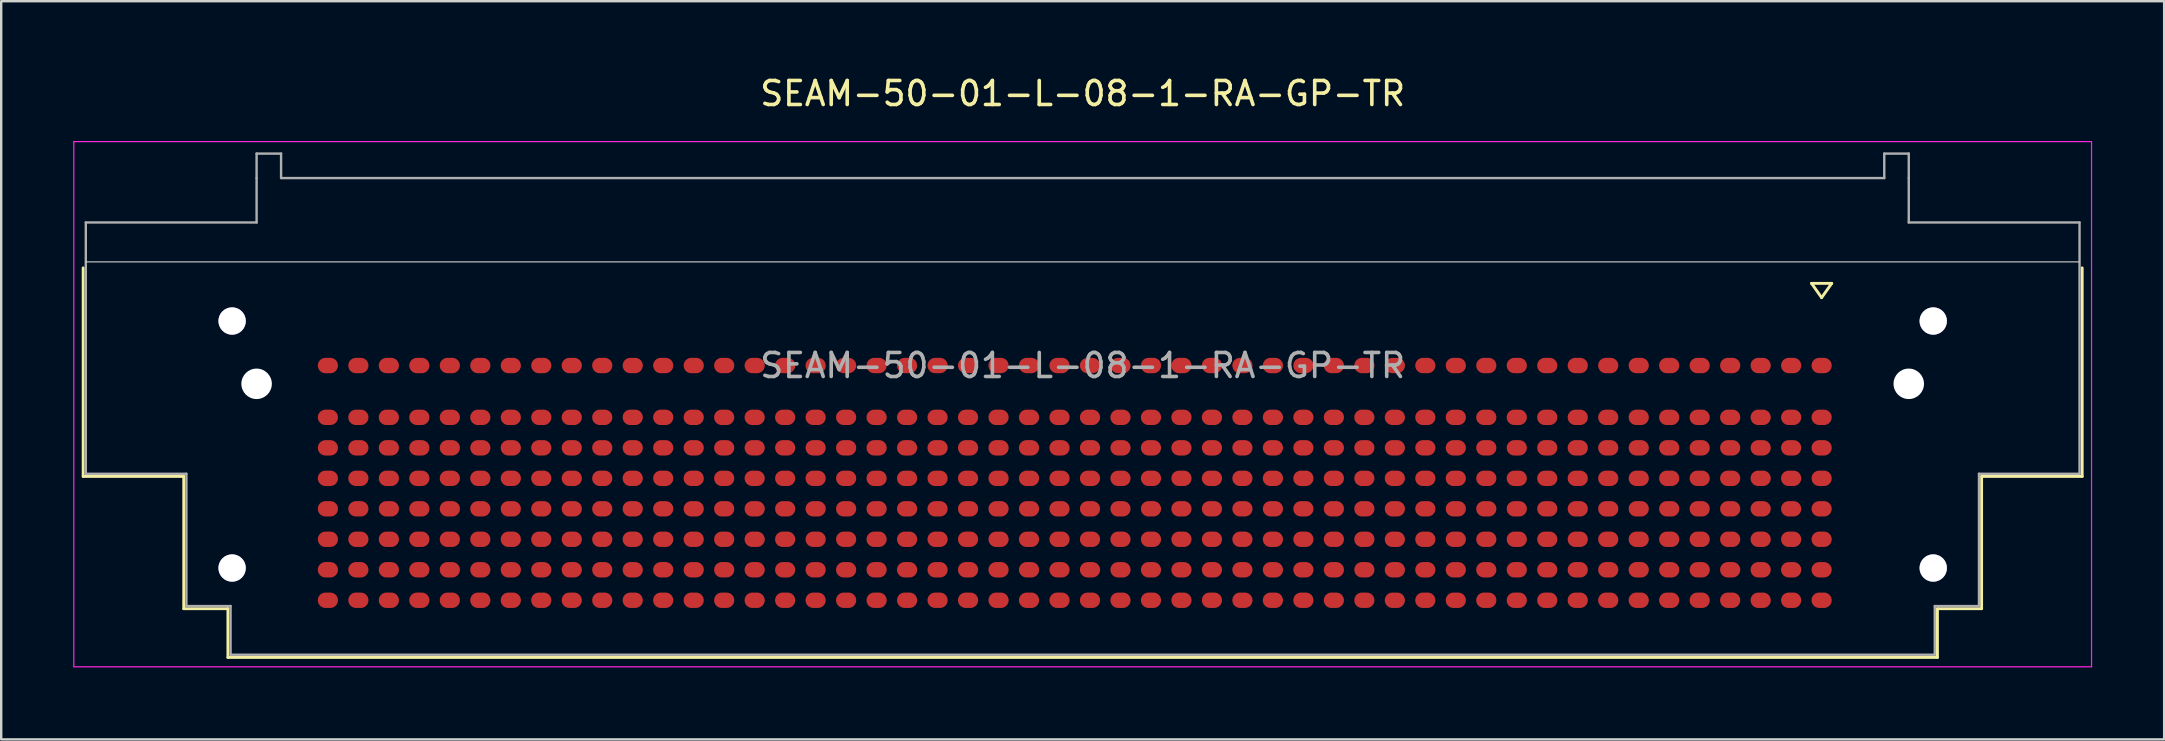
<source format=kicad_pcb>
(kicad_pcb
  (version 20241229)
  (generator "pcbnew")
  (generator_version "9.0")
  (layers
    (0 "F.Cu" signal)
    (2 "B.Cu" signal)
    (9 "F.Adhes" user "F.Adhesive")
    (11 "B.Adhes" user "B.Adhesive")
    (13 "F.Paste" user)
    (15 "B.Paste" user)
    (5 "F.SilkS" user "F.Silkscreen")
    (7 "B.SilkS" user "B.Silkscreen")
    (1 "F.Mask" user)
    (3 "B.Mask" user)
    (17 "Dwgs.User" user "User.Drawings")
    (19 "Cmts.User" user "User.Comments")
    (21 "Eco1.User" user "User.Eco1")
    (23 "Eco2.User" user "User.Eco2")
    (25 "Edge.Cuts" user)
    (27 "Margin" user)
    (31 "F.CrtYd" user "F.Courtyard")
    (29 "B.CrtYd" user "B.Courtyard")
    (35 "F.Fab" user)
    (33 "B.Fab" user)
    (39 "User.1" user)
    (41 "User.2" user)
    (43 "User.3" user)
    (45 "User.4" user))
  (footprint "SEAM-50-01-L-08-1-RA-GP-TR"
    (layer "F.Cu")
    (at 42.055 12.178)
    (property "Reference" "SEAM-50-01-L-08-1-RA-GP-TR" (at 0 -11.33 0) (layer "F.SilkS") (effects (font (size 1 1) (thickness 0.15))))
    (attr smd)
    (fp_line (start -41.64 -4.068) (end -41.64 4.62) (stroke (width 0.12) (type solid)) (layer "F.SilkS"))
    (fp_line (start -41.64 4.62) (end -37.45 4.62) (stroke (width 0.12) (type solid)) (layer "F.SilkS"))
    (fp_line (start -37.45 4.62) (end -37.45 10.13) (stroke (width 0.12) (type solid)) (layer "F.SilkS"))
    (fp_line (start -37.45 10.13) (end -35.61 10.13) (stroke (width 0.12) (type solid)) (layer "F.SilkS"))
    (fp_line (start -35.61 10.13) (end -35.61 12.16) (stroke (width 0.12) (type solid)) (layer "F.SilkS"))
    (fp_line (start -35.61 12.16) (end 35.61 12.16) (stroke (width 0.12) (type solid)) (layer "F.SilkS"))
    (fp_line (start 30.365 -3.422) (end 31.205 -3.422) (stroke (width 0.12) (type solid)) (layer "F.SilkS"))
    (fp_line (start 30.785 -2.828) (end 30.365 -3.422) (stroke (width 0.12) (type solid)) (layer "F.SilkS"))
    (fp_line (start 31.205 -3.422) (end 30.785 -2.828) (stroke (width 0.12) (type solid)) (layer "F.SilkS"))
    (fp_line (start 35.61 10.13) (end 37.45 10.13) (stroke (width 0.12) (type solid)) (layer "F.SilkS"))
    (fp_line (start 35.61 12.16) (end 35.61 10.13) (stroke (width 0.12) (type solid)) (layer "F.SilkS"))
    (fp_line (start 37.45 4.62) (end 41.64 4.62) (stroke (width 0.12) (type solid)) (layer "F.SilkS"))
    (fp_line (start 37.45 10.13) (end 37.45 4.62) (stroke (width 0.12) (type solid)) (layer "F.SilkS"))
    (fp_line (start 41.64 4.62) (end 41.64 -4.068) (stroke (width 0.12) (type solid)) (layer "F.SilkS"))
    (fp_line (start -41.53 -4.318) (end 41.53 -4.318) (stroke (width 0.05) (type solid)) (layer "Dwgs.User"))
    (fp_line (start -42.03 -9.33) (end -42.03 12.55) (stroke (width 0.05) (type solid)) (layer "F.CrtYd"))
    (fp_line (start -42.03 12.55) (end 42.03 12.55) (stroke (width 0.05) (type solid)) (layer "F.CrtYd"))
    (fp_line (start 42.03 -9.33) (end -42.03 -9.33) (stroke (width 0.05) (type solid)) (layer "F.CrtYd"))
    (fp_line (start 42.03 12.55) (end 42.03 -9.33) (stroke (width 0.05) (type solid)) (layer "F.CrtYd"))
    (fp_line (start -41.53 -5.96) (end -34.415 -5.96) (stroke (width 0.1) (type solid)) (layer "F.Fab"))
    (fp_line (start -41.53 4.51) (end -41.53 -5.96) (stroke (width 0.1) (type solid)) (layer "F.Fab"))
    (fp_line (start -37.34 4.51) (end -41.53 4.51) (stroke (width 0.1) (type solid)) (layer "F.Fab"))
    (fp_line (start -37.34 10.02) (end -37.34 4.51) (stroke (width 0.1) (type solid)) (layer "F.Fab"))
    (fp_line (start -35.5 10.02) (end -37.34 10.02) (stroke (width 0.1) (type solid)) (layer "F.Fab"))
    (fp_line (start -35.5 12.05) (end -35.5 10.02) (stroke (width 0.1) (type solid)) (layer "F.Fab"))
    (fp_line (start -34.415 -8.83) (end -33.395 -8.83) (stroke (width 0.1) (type solid)) (layer "F.Fab"))
    (fp_line (start -34.415 -7.81) (end -34.415 -8.83) (stroke (width 0.1) (type solid)) (layer "F.Fab"))
    (fp_line (start -34.415 -5.96) (end -34.415 -7.81) (stroke (width 0.1) (type solid)) (layer "F.Fab"))
    (fp_line (start -33.395 -8.83) (end -33.395 -7.81) (stroke (width 0.1) (type solid)) (layer "F.Fab"))
    (fp_line (start -33.395 -7.81) (end 33.395 -7.81) (stroke (width 0.1) (type solid)) (layer "F.Fab"))
    (fp_line (start 33.395 -8.83) (end 34.415 -8.83) (stroke (width 0.1) (type solid)) (layer "F.Fab"))
    (fp_line (start 33.395 -7.81) (end 33.395 -8.83) (stroke (width 0.1) (type solid)) (layer "F.Fab"))
    (fp_line (start 34.415 -8.83) (end 34.415 -7.81) (stroke (width 0.1) (type solid)) (layer "F.Fab"))
    (fp_line (start 34.415 -7.81) (end 34.415 -5.96) (stroke (width 0.1) (type solid)) (layer "F.Fab"))
    (fp_line (start 34.415 -5.96) (end 41.53 -5.96) (stroke (width 0.1) (type solid)) (layer "F.Fab"))
    (fp_line (start 35.5 10.02) (end 35.5 12.05) (stroke (width 0.1) (type solid)) (layer "F.Fab"))
    (fp_line (start 35.5 12.05) (end -35.5 12.05) (stroke (width 0.1) (type solid)) (layer "F.Fab"))
    (fp_line (start 37.34 4.51) (end 37.34 10.02) (stroke (width 0.1) (type solid)) (layer "F.Fab"))
    (fp_line (start 37.34 10.02) (end 35.5 10.02) (stroke (width 0.1) (type solid)) (layer "F.Fab"))
    (fp_line (start 41.53 -5.96) (end 41.53 4.51) (stroke (width 0.1) (type solid)) (layer "F.Fab"))
    (fp_line (start 41.53 4.51) (end 37.34 4.51) (stroke (width 0.1) (type solid)) (layer "F.Fab"))
    (fp_text user "${REFERENCE}" (at 0 0 0) (layer "F.Fab") (effects (font (size 1 1) (thickness 0.15))))
    (pad "" thru_hole circle (at -35.435 -1.854) (size 1.14 1.14) (drill 1.14) (layers "*.Cu" "*.Mask"))
    (pad "" thru_hole circle (at -35.435 8.436) (size 1.14 1.14) (drill 1.14) (layers "*.Cu" "*.Mask"))
    (pad "" np_thru_hole circle (at -34.415 0.762) (size 1.27 1.27) (drill 1.27) (layers "*.Cu" "*.Mask"))
    (pad "" smd oval (at -31.445 0) (size 0.98 0.89) (layers "F.Paste"))
    (pad "" smd oval (at -31.445 2.159) (size 0.98 0.89) (layers "F.Paste"))
    (pad "" smd oval (at -31.445 3.429) (size 0.98 0.89) (layers "F.Paste"))
    (pad "" smd oval (at -31.445 4.699) (size 0.98 0.89) (layers "F.Paste"))
    (pad "" smd oval (at -31.445 5.969) (size 0.98 0.89) (layers "F.Paste"))
    (pad "" smd oval (at -31.445 7.239) (size 0.98 0.89) (layers "F.Paste"))
    (pad "" smd oval (at -31.445 8.509) (size 0.98 0.89) (layers "F.Paste"))
    (pad "" smd oval (at -31.445 9.779) (size 0.98 0.89) (layers "F.Paste"))
    (pad "" smd oval (at -30.175 0) (size 0.98 0.89) (layers "F.Paste"))
    (pad "" smd oval (at -30.175 2.159) (size 0.98 0.89) (layers "F.Paste"))
    (pad "" smd oval (at -30.175 3.429) (size 0.98 0.89) (layers "F.Paste"))
    (pad "" smd oval (at -30.175 4.699) (size 0.98 0.89) (layers "F.Paste"))
    (pad "" smd oval (at -30.175 5.969) (size 0.98 0.89) (layers "F.Paste"))
    (pad "" smd oval (at -30.175 7.239) (size 0.98 0.89) (layers "F.Paste"))
    (pad "" smd oval (at -30.175 8.509) (size 0.98 0.89) (layers "F.Paste"))
    (pad "" smd oval (at -30.175 9.779) (size 0.98 0.89) (layers "F.Paste"))
    (pad "" smd oval (at -28.905 0) (size 0.98 0.89) (layers "F.Paste"))
    (pad "" smd oval (at -28.905 2.159) (size 0.98 0.89) (layers "F.Paste"))
    (pad "" smd oval (at -28.905 3.429) (size 0.98 0.89) (layers "F.Paste"))
    (pad "" smd oval (at -28.905 4.699) (size 0.98 0.89) (layers "F.Paste"))
    (pad "" smd oval (at -28.905 5.969) (size 0.98 0.89) (layers "F.Paste"))
    (pad "" smd oval (at -28.905 7.239) (size 0.98 0.89) (layers "F.Paste"))
    (pad "" smd oval (at -28.905 8.509) (size 0.98 0.89) (layers "F.Paste"))
    (pad "" smd oval (at -28.905 9.779) (size 0.98 0.89) (layers "F.Paste"))
    (pad "" smd oval (at -27.635 0) (size 0.98 0.89) (layers "F.Paste"))
    (pad "" smd oval (at -27.635 2.159) (size 0.98 0.89) (layers "F.Paste"))
    (pad "" smd oval (at -27.635 3.429) (size 0.98 0.89) (layers "F.Paste"))
    (pad "" smd oval (at -27.635 4.699) (size 0.98 0.89) (layers "F.Paste"))
    (pad "" smd oval (at -27.635 5.969) (size 0.98 0.89) (layers "F.Paste"))
    (pad "" smd oval (at -27.635 7.239) (size 0.98 0.89) (layers "F.Paste"))
    (pad "" smd oval (at -27.635 8.509) (size 0.98 0.89) (layers "F.Paste"))
    (pad "" smd oval (at -27.635 9.779) (size 0.98 0.89) (layers "F.Paste"))
    (pad "" smd oval (at -26.365 0) (size 0.98 0.89) (layers "F.Paste"))
    (pad "" smd oval (at -26.365 2.159) (size 0.98 0.89) (layers "F.Paste"))
    (pad "" smd oval (at -26.365 3.429) (size 0.98 0.89) (layers "F.Paste"))
    (pad "" smd oval (at -26.365 4.699) (size 0.98 0.89) (layers "F.Paste"))
    (pad "" smd oval (at -26.365 5.969) (size 0.98 0.89) (layers "F.Paste"))
    (pad "" smd oval (at -26.365 7.239) (size 0.98 0.89) (layers "F.Paste"))
    (pad "" smd oval (at -26.365 8.509) (size 0.98 0.89) (layers "F.Paste"))
    (pad "" smd oval (at -26.365 9.779) (size 0.98 0.89) (layers "F.Paste"))
    (pad "" smd oval (at -25.095 0) (size 0.98 0.89) (layers "F.Paste"))
    (pad "" smd oval (at -25.095 2.159) (size 0.98 0.89) (layers "F.Paste"))
    (pad "" smd oval (at -25.095 3.429) (size 0.98 0.89) (layers "F.Paste"))
    (pad "" smd oval (at -25.095 4.699) (size 0.98 0.89) (layers "F.Paste"))
    (pad "" smd oval (at -25.095 5.969) (size 0.98 0.89) (layers "F.Paste"))
    (pad "" smd oval (at -25.095 7.239) (size 0.98 0.89) (layers "F.Paste"))
    (pad "" smd oval (at -25.095 8.509) (size 0.98 0.89) (layers "F.Paste"))
    (pad "" smd oval (at -25.095 9.779) (size 0.98 0.89) (layers "F.Paste"))
    (pad "" smd oval (at -23.825 0) (size 0.98 0.89) (layers "F.Paste"))
    (pad "" smd oval (at -23.825 2.159) (size 0.98 0.89) (layers "F.Paste"))
    (pad "" smd oval (at -23.825 3.429) (size 0.98 0.89) (layers "F.Paste"))
    (pad "" smd oval (at -23.825 4.699) (size 0.98 0.89) (layers "F.Paste"))
    (pad "" smd oval (at -23.825 5.969) (size 0.98 0.89) (layers "F.Paste"))
    (pad "" smd oval (at -23.825 7.239) (size 0.98 0.89) (layers "F.Paste"))
    (pad "" smd oval (at -23.825 8.509) (size 0.98 0.89) (layers "F.Paste"))
    (pad "" smd oval (at -23.825 9.779) (size 0.98 0.89) (layers "F.Paste"))
    (pad "" smd oval (at -22.555 0) (size 0.98 0.89) (layers "F.Paste"))
    (pad "" smd oval (at -22.555 2.159) (size 0.98 0.89) (layers "F.Paste"))
    (pad "" smd oval (at -22.555 3.429) (size 0.98 0.89) (layers "F.Paste"))
    (pad "" smd oval (at -22.555 4.699) (size 0.98 0.89) (layers "F.Paste"))
    (pad "" smd oval (at -22.555 5.969) (size 0.98 0.89) (layers "F.Paste"))
    (pad "" smd oval (at -22.555 7.239) (size 0.98 0.89) (layers "F.Paste"))
    (pad "" smd oval (at -22.555 8.509) (size 0.98 0.89) (layers "F.Paste"))
    (pad "" smd oval (at -22.555 9.779) (size 0.98 0.89) (layers "F.Paste"))
    (pad "" smd oval (at -21.285 0) (size 0.98 0.89) (layers "F.Paste"))
    (pad "" smd oval (at -21.285 2.159) (size 0.98 0.89) (layers "F.Paste"))
    (pad "" smd oval (at -21.285 3.429) (size 0.98 0.89) (layers "F.Paste"))
    (pad "" smd oval (at -21.285 4.699) (size 0.98 0.89) (layers "F.Paste"))
    (pad "" smd oval (at -21.285 5.969) (size 0.98 0.89) (layers "F.Paste"))
    (pad "" smd oval (at -21.285 7.239) (size 0.98 0.89) (layers "F.Paste"))
    (pad "" smd oval (at -21.285 8.509) (size 0.98 0.89) (layers "F.Paste"))
    (pad "" smd oval (at -21.285 9.779) (size 0.98 0.89) (layers "F.Paste"))
    (pad "" smd oval (at -20.015 0) (size 0.98 0.89) (layers "F.Paste"))
    (pad "" smd oval (at -20.015 2.159) (size 0.98 0.89) (layers "F.Paste"))
    (pad "" smd oval (at -20.015 3.429) (size 0.98 0.89) (layers "F.Paste"))
    (pad "" smd oval (at -20.015 4.699) (size 0.98 0.89) (layers "F.Paste"))
    (pad "" smd oval (at -20.015 5.969) (size 0.98 0.89) (layers "F.Paste"))
    (pad "" smd oval (at -20.015 7.239) (size 0.98 0.89) (layers "F.Paste"))
    (pad "" smd oval (at -20.015 8.509) (size 0.98 0.89) (layers "F.Paste"))
    (pad "" smd oval (at -20.015 9.779) (size 0.98 0.89) (layers "F.Paste"))
    (pad "" smd oval (at -18.745 0) (size 0.98 0.89) (layers "F.Paste"))
    (pad "" smd oval (at -18.745 2.159) (size 0.98 0.89) (layers "F.Paste"))
    (pad "" smd oval (at -18.745 3.429) (size 0.98 0.89) (layers "F.Paste"))
    (pad "" smd oval (at -18.745 4.699) (size 0.98 0.89) (layers "F.Paste"))
    (pad "" smd oval (at -18.745 5.969) (size 0.98 0.89) (layers "F.Paste"))
    (pad "" smd oval (at -18.745 7.239) (size 0.98 0.89) (layers "F.Paste"))
    (pad "" smd oval (at -18.745 8.509) (size 0.98 0.89) (layers "F.Paste"))
    (pad "" smd oval (at -18.745 9.779) (size 0.98 0.89) (layers "F.Paste"))
    (pad "" smd oval (at -17.475 0) (size 0.98 0.89) (layers "F.Paste"))
    (pad "" smd oval (at -17.475 2.159) (size 0.98 0.89) (layers "F.Paste"))
    (pad "" smd oval (at -17.475 3.429) (size 0.98 0.89) (layers "F.Paste"))
    (pad "" smd oval (at -17.475 4.699) (size 0.98 0.89) (layers "F.Paste"))
    (pad "" smd oval (at -17.475 5.969) (size 0.98 0.89) (layers "F.Paste"))
    (pad "" smd oval (at -17.475 7.239) (size 0.98 0.89) (layers "F.Paste"))
    (pad "" smd oval (at -17.475 8.509) (size 0.98 0.89) (layers "F.Paste"))
    (pad "" smd oval (at -17.475 9.779) (size 0.98 0.89) (layers "F.Paste"))
    (pad "" smd oval (at -16.205 0) (size 0.98 0.89) (layers "F.Paste"))
    (pad "" smd oval (at -16.205 2.159) (size 0.98 0.89) (layers "F.Paste"))
    (pad "" smd oval (at -16.205 3.429) (size 0.98 0.89) (layers "F.Paste"))
    (pad "" smd oval (at -16.205 4.699) (size 0.98 0.89) (layers "F.Paste"))
    (pad "" smd oval (at -16.205 5.969) (size 0.98 0.89) (layers "F.Paste"))
    (pad "" smd oval (at -16.205 7.239) (size 0.98 0.89) (layers "F.Paste"))
    (pad "" smd oval (at -16.205 8.509) (size 0.98 0.89) (layers "F.Paste"))
    (pad "" smd oval (at -16.205 9.779) (size 0.98 0.89) (layers "F.Paste"))
    (pad "" smd oval (at -14.935 0) (size 0.98 0.89) (layers "F.Paste"))
    (pad "" smd oval (at -14.935 2.159) (size 0.98 0.89) (layers "F.Paste"))
    (pad "" smd oval (at -14.935 3.429) (size 0.98 0.89) (layers "F.Paste"))
    (pad "" smd oval (at -14.935 4.699) (size 0.98 0.89) (layers "F.Paste"))
    (pad "" smd oval (at -14.935 5.969) (size 0.98 0.89) (layers "F.Paste"))
    (pad "" smd oval (at -14.935 7.239) (size 0.98 0.89) (layers "F.Paste"))
    (pad "" smd oval (at -14.935 8.509) (size 0.98 0.89) (layers "F.Paste"))
    (pad "" smd oval (at -14.935 9.779) (size 0.98 0.89) (layers "F.Paste"))
    (pad "" smd oval (at -13.665 0) (size 0.98 0.89) (layers "F.Paste"))
    (pad "" smd oval (at -13.665 2.159) (size 0.98 0.89) (layers "F.Paste"))
    (pad "" smd oval (at -13.665 3.429) (size 0.98 0.89) (layers "F.Paste"))
    (pad "" smd oval (at -13.665 4.699) (size 0.98 0.89) (layers "F.Paste"))
    (pad "" smd oval (at -13.665 5.969) (size 0.98 0.89) (layers "F.Paste"))
    (pad "" smd oval (at -13.665 7.239) (size 0.98 0.89) (layers "F.Paste"))
    (pad "" smd oval (at -13.665 8.509) (size 0.98 0.89) (layers "F.Paste"))
    (pad "" smd oval (at -13.665 9.779) (size 0.98 0.89) (layers "F.Paste"))
    (pad "" smd oval (at -12.395 0) (size 0.98 0.89) (layers "F.Paste"))
    (pad "" smd oval (at -12.395 2.159) (size 0.98 0.89) (layers "F.Paste"))
    (pad "" smd oval (at -12.395 3.429) (size 0.98 0.89) (layers "F.Paste"))
    (pad "" smd oval (at -12.395 4.699) (size 0.98 0.89) (layers "F.Paste"))
    (pad "" smd oval (at -12.395 5.969) (size 0.98 0.89) (layers "F.Paste"))
    (pad "" smd oval (at -12.395 7.239) (size 0.98 0.89) (layers "F.Paste"))
    (pad "" smd oval (at -12.395 8.509) (size 0.98 0.89) (layers "F.Paste"))
    (pad "" smd oval (at -12.395 9.779) (size 0.98 0.89) (layers "F.Paste"))
    (pad "" smd oval (at -11.125 0) (size 0.98 0.89) (layers "F.Paste"))
    (pad "" smd oval (at -11.125 2.159) (size 0.98 0.89) (layers "F.Paste"))
    (pad "" smd oval (at -11.125 3.429) (size 0.98 0.89) (layers "F.Paste"))
    (pad "" smd oval (at -11.125 4.699) (size 0.98 0.89) (layers "F.Paste"))
    (pad "" smd oval (at -11.125 5.969) (size 0.98 0.89) (layers "F.Paste"))
    (pad "" smd oval (at -11.125 7.239) (size 0.98 0.89) (layers "F.Paste"))
    (pad "" smd oval (at -11.125 8.509) (size 0.98 0.89) (layers "F.Paste"))
    (pad "" smd oval (at -11.125 9.779) (size 0.98 0.89) (layers "F.Paste"))
    (pad "" smd oval (at -9.855 0) (size 0.98 0.89) (layers "F.Paste"))
    (pad "" smd oval (at -9.855 2.159) (size 0.98 0.89) (layers "F.Paste"))
    (pad "" smd oval (at -9.855 3.429) (size 0.98 0.89) (layers "F.Paste"))
    (pad "" smd oval (at -9.855 4.699) (size 0.98 0.89) (layers "F.Paste"))
    (pad "" smd oval (at -9.855 5.969) (size 0.98 0.89) (layers "F.Paste"))
    (pad "" smd oval (at -9.855 7.239) (size 0.98 0.89) (layers "F.Paste"))
    (pad "" smd oval (at -9.855 8.509) (size 0.98 0.89) (layers "F.Paste"))
    (pad "" smd oval (at -9.855 9.779) (size 0.98 0.89) (layers "F.Paste"))
    (pad "" smd oval (at -8.585 0) (size 0.98 0.89) (layers "F.Paste"))
    (pad "" smd oval (at -8.585 2.159) (size 0.98 0.89) (layers "F.Paste"))
    (pad "" smd oval (at -8.585 3.429) (size 0.98 0.89) (layers "F.Paste"))
    (pad "" smd oval (at -8.585 4.699) (size 0.98 0.89) (layers "F.Paste"))
    (pad "" smd oval (at -8.585 5.969) (size 0.98 0.89) (layers "F.Paste"))
    (pad "" smd oval (at -8.585 7.239) (size 0.98 0.89) (layers "F.Paste"))
    (pad "" smd oval (at -8.585 8.509) (size 0.98 0.89) (layers "F.Paste"))
    (pad "" smd oval (at -8.585 9.779) (size 0.98 0.89) (layers "F.Paste"))
    (pad "" smd oval (at -7.315 0) (size 0.98 0.89) (layers "F.Paste"))
    (pad "" smd oval (at -7.315 2.159) (size 0.98 0.89) (layers "F.Paste"))
    (pad "" smd oval (at -7.315 3.429) (size 0.98 0.89) (layers "F.Paste"))
    (pad "" smd oval (at -7.315 4.699) (size 0.98 0.89) (layers "F.Paste"))
    (pad "" smd oval (at -7.315 5.969) (size 0.98 0.89) (layers "F.Paste"))
    (pad "" smd oval (at -7.315 7.239) (size 0.98 0.89) (layers "F.Paste"))
    (pad "" smd oval (at -7.315 8.509) (size 0.98 0.89) (layers "F.Paste"))
    (pad "" smd oval (at -7.315 9.779) (size 0.98 0.89) (layers "F.Paste"))
    (pad "" smd oval (at -6.045 0) (size 0.98 0.89) (layers "F.Paste"))
    (pad "" smd oval (at -6.045 2.159) (size 0.98 0.89) (layers "F.Paste"))
    (pad "" smd oval (at -6.045 3.429) (size 0.98 0.89) (layers "F.Paste"))
    (pad "" smd oval (at -6.045 4.699) (size 0.98 0.89) (layers "F.Paste"))
    (pad "" smd oval (at -6.045 5.969) (size 0.98 0.89) (layers "F.Paste"))
    (pad "" smd oval (at -6.045 7.239) (size 0.98 0.89) (layers "F.Paste"))
    (pad "" smd oval (at -6.045 8.509) (size 0.98 0.89) (layers "F.Paste"))
    (pad "" smd oval (at -6.045 9.779) (size 0.98 0.89) (layers "F.Paste"))
    (pad "" smd oval (at -4.775 0) (size 0.98 0.89) (layers "F.Paste"))
    (pad "" smd oval (at -4.775 2.159) (size 0.98 0.89) (layers "F.Paste"))
    (pad "" smd oval (at -4.775 3.429) (size 0.98 0.89) (layers "F.Paste"))
    (pad "" smd oval (at -4.775 4.699) (size 0.98 0.89) (layers "F.Paste"))
    (pad "" smd oval (at -4.775 5.969) (size 0.98 0.89) (layers "F.Paste"))
    (pad "" smd oval (at -4.775 7.239) (size 0.98 0.89) (layers "F.Paste"))
    (pad "" smd oval (at -4.775 8.509) (size 0.98 0.89) (layers "F.Paste"))
    (pad "" smd oval (at -4.775 9.779) (size 0.98 0.89) (layers "F.Paste"))
    (pad "" smd oval (at -3.505 0) (size 0.98 0.89) (layers "F.Paste"))
    (pad "" smd oval (at -3.505 2.159) (size 0.98 0.89) (layers "F.Paste"))
    (pad "" smd oval (at -3.505 3.429) (size 0.98 0.89) (layers "F.Paste"))
    (pad "" smd oval (at -3.505 4.699) (size 0.98 0.89) (layers "F.Paste"))
    (pad "" smd oval (at -3.505 5.969) (size 0.98 0.89) (layers "F.Paste"))
    (pad "" smd oval (at -3.505 7.239) (size 0.98 0.89) (layers "F.Paste"))
    (pad "" smd oval (at -3.505 8.509) (size 0.98 0.89) (layers "F.Paste"))
    (pad "" smd oval (at -3.505 9.779) (size 0.98 0.89) (layers "F.Paste"))
    (pad "" smd oval (at -2.235 0) (size 0.98 0.89) (layers "F.Paste"))
    (pad "" smd oval (at -2.235 2.159) (size 0.98 0.89) (layers "F.Paste"))
    (pad "" smd oval (at -2.235 3.429) (size 0.98 0.89) (layers "F.Paste"))
    (pad "" smd oval (at -2.235 4.699) (size 0.98 0.89) (layers "F.Paste"))
    (pad "" smd oval (at -2.235 5.969) (size 0.98 0.89) (layers "F.Paste"))
    (pad "" smd oval (at -2.235 7.239) (size 0.98 0.89) (layers "F.Paste"))
    (pad "" smd oval (at -2.235 8.509) (size 0.98 0.89) (layers "F.Paste"))
    (pad "" smd oval (at -2.235 9.779) (size 0.98 0.89) (layers "F.Paste"))
    (pad "" smd oval (at -0.965 0) (size 0.98 0.89) (layers "F.Paste"))
    (pad "" smd oval (at -0.965 2.159) (size 0.98 0.89) (layers "F.Paste"))
    (pad "" smd oval (at -0.965 3.429) (size 0.98 0.89) (layers "F.Paste"))
    (pad "" smd oval (at -0.965 4.699) (size 0.98 0.89) (layers "F.Paste"))
    (pad "" smd oval (at -0.965 5.969) (size 0.98 0.89) (layers "F.Paste"))
    (pad "" smd oval (at -0.965 7.239) (size 0.98 0.89) (layers "F.Paste"))
    (pad "" smd oval (at -0.965 8.509) (size 0.98 0.89) (layers "F.Paste"))
    (pad "" smd oval (at -0.965 9.779) (size 0.98 0.89) (layers "F.Paste"))
    (pad "" smd oval (at 0.305 0) (size 0.98 0.89) (layers "F.Paste"))
    (pad "" smd oval (at 0.305 2.159) (size 0.98 0.89) (layers "F.Paste"))
    (pad "" smd oval (at 0.305 3.429) (size 0.98 0.89) (layers "F.Paste"))
    (pad "" smd oval (at 0.305 4.699) (size 0.98 0.89) (layers "F.Paste"))
    (pad "" smd oval (at 0.305 5.969) (size 0.98 0.89) (layers "F.Paste"))
    (pad "" smd oval (at 0.305 7.239) (size 0.98 0.89) (layers "F.Paste"))
    (pad "" smd oval (at 0.305 8.509) (size 0.98 0.89) (layers "F.Paste"))
    (pad "" smd oval (at 0.305 9.779) (size 0.98 0.89) (layers "F.Paste"))
    (pad "" smd oval (at 1.575 0) (size 0.98 0.89) (layers "F.Paste"))
    (pad "" smd oval (at 1.575 2.159) (size 0.98 0.89) (layers "F.Paste"))
    (pad "" smd oval (at 1.575 3.429) (size 0.98 0.89) (layers "F.Paste"))
    (pad "" smd oval (at 1.575 4.699) (size 0.98 0.89) (layers "F.Paste"))
    (pad "" smd oval (at 1.575 5.969) (size 0.98 0.89) (layers "F.Paste"))
    (pad "" smd oval (at 1.575 7.239) (size 0.98 0.89) (layers "F.Paste"))
    (pad "" smd oval (at 1.575 8.509) (size 0.98 0.89) (layers "F.Paste"))
    (pad "" smd oval (at 1.575 9.779) (size 0.98 0.89) (layers "F.Paste"))
    (pad "" smd oval (at 2.845 0) (size 0.98 0.89) (layers "F.Paste"))
    (pad "" smd oval (at 2.845 2.159) (size 0.98 0.89) (layers "F.Paste"))
    (pad "" smd oval (at 2.845 3.429) (size 0.98 0.89) (layers "F.Paste"))
    (pad "" smd oval (at 2.845 4.699) (size 0.98 0.89) (layers "F.Paste"))
    (pad "" smd oval (at 2.845 5.969) (size 0.98 0.89) (layers "F.Paste"))
    (pad "" smd oval (at 2.845 7.239) (size 0.98 0.89) (layers "F.Paste"))
    (pad "" smd oval (at 2.845 8.509) (size 0.98 0.89) (layers "F.Paste"))
    (pad "" smd oval (at 2.845 9.779) (size 0.98 0.89) (layers "F.Paste"))
    (pad "" smd oval (at 4.115 0) (size 0.98 0.89) (layers "F.Paste"))
    (pad "" smd oval (at 4.115 2.159) (size 0.98 0.89) (layers "F.Paste"))
    (pad "" smd oval (at 4.115 3.429) (size 0.98 0.89) (layers "F.Paste"))
    (pad "" smd oval (at 4.115 4.699) (size 0.98 0.89) (layers "F.Paste"))
    (pad "" smd oval (at 4.115 5.969) (size 0.98 0.89) (layers "F.Paste"))
    (pad "" smd oval (at 4.115 7.239) (size 0.98 0.89) (layers "F.Paste"))
    (pad "" smd oval (at 4.115 8.509) (size 0.98 0.89) (layers "F.Paste"))
    (pad "" smd oval (at 4.115 9.779) (size 0.98 0.89) (layers "F.Paste"))
    (pad "" smd oval (at 5.385 0) (size 0.98 0.89) (layers "F.Paste"))
    (pad "" smd oval (at 5.385 2.159) (size 0.98 0.89) (layers "F.Paste"))
    (pad "" smd oval (at 5.385 3.429) (size 0.98 0.89) (layers "F.Paste"))
    (pad "" smd oval (at 5.385 4.699) (size 0.98 0.89) (layers "F.Paste"))
    (pad "" smd oval (at 5.385 5.969) (size 0.98 0.89) (layers "F.Paste"))
    (pad "" smd oval (at 5.385 7.239) (size 0.98 0.89) (layers "F.Paste"))
    (pad "" smd oval (at 5.385 8.509) (size 0.98 0.89) (layers "F.Paste"))
    (pad "" smd oval (at 5.385 9.779) (size 0.98 0.89) (layers "F.Paste"))
    (pad "" smd oval (at 6.655 0) (size 0.98 0.89) (layers "F.Paste"))
    (pad "" smd oval (at 6.655 2.159) (size 0.98 0.89) (layers "F.Paste"))
    (pad "" smd oval (at 6.655 3.429) (size 0.98 0.89) (layers "F.Paste"))
    (pad "" smd oval (at 6.655 4.699) (size 0.98 0.89) (layers "F.Paste"))
    (pad "" smd oval (at 6.655 5.969) (size 0.98 0.89) (layers "F.Paste"))
    (pad "" smd oval (at 6.655 7.239) (size 0.98 0.89) (layers "F.Paste"))
    (pad "" smd oval (at 6.655 8.509) (size 0.98 0.89) (layers "F.Paste"))
    (pad "" smd oval (at 6.655 9.779) (size 0.98 0.89) (layers "F.Paste"))
    (pad "" smd oval (at 7.925 0) (size 0.98 0.89) (layers "F.Paste"))
    (pad "" smd oval (at 7.925 2.159) (size 0.98 0.89) (layers "F.Paste"))
    (pad "" smd oval (at 7.925 3.429) (size 0.98 0.89) (layers "F.Paste"))
    (pad "" smd oval (at 7.925 4.699) (size 0.98 0.89) (layers "F.Paste"))
    (pad "" smd oval (at 7.925 5.969) (size 0.98 0.89) (layers "F.Paste"))
    (pad "" smd oval (at 7.925 7.239) (size 0.98 0.89) (layers "F.Paste"))
    (pad "" smd oval (at 7.925 8.509) (size 0.98 0.89) (layers "F.Paste"))
    (pad "" smd oval (at 7.925 9.779) (size 0.98 0.89) (layers "F.Paste"))
    (pad "" smd oval (at 9.195 0) (size 0.98 0.89) (layers "F.Paste"))
    (pad "" smd oval (at 9.195 2.159) (size 0.98 0.89) (layers "F.Paste"))
    (pad "" smd oval (at 9.195 3.429) (size 0.98 0.89) (layers "F.Paste"))
    (pad "" smd oval (at 9.195 4.699) (size 0.98 0.89) (layers "F.Paste"))
    (pad "" smd oval (at 9.195 5.969) (size 0.98 0.89) (layers "F.Paste"))
    (pad "" smd oval (at 9.195 7.239) (size 0.98 0.89) (layers "F.Paste"))
    (pad "" smd oval (at 9.195 8.509) (size 0.98 0.89) (layers "F.Paste"))
    (pad "" smd oval (at 9.195 9.779) (size 0.98 0.89) (layers "F.Paste"))
    (pad "" smd oval (at 10.465 0) (size 0.98 0.89) (layers "F.Paste"))
    (pad "" smd oval (at 10.465 2.159) (size 0.98 0.89) (layers "F.Paste"))
    (pad "" smd oval (at 10.465 3.429) (size 0.98 0.89) (layers "F.Paste"))
    (pad "" smd oval (at 10.465 4.699) (size 0.98 0.89) (layers "F.Paste"))
    (pad "" smd oval (at 10.465 5.969) (size 0.98 0.89) (layers "F.Paste"))
    (pad "" smd oval (at 10.465 7.239) (size 0.98 0.89) (layers "F.Paste"))
    (pad "" smd oval (at 10.465 8.509) (size 0.98 0.89) (layers "F.Paste"))
    (pad "" smd oval (at 10.465 9.779) (size 0.98 0.89) (layers "F.Paste"))
    (pad "" smd oval (at 11.735 0) (size 0.98 0.89) (layers "F.Paste"))
    (pad "" smd oval (at 11.735 2.159) (size 0.98 0.89) (layers "F.Paste"))
    (pad "" smd oval (at 11.735 3.429) (size 0.98 0.89) (layers "F.Paste"))
    (pad "" smd oval (at 11.735 4.699) (size 0.98 0.89) (layers "F.Paste"))
    (pad "" smd oval (at 11.735 5.969) (size 0.98 0.89) (layers "F.Paste"))
    (pad "" smd oval (at 11.735 7.239) (size 0.98 0.89) (layers "F.Paste"))
    (pad "" smd oval (at 11.735 8.509) (size 0.98 0.89) (layers "F.Paste"))
    (pad "" smd oval (at 11.735 9.779) (size 0.98 0.89) (layers "F.Paste"))
    (pad "" smd oval (at 13.005 0) (size 0.98 0.89) (layers "F.Paste"))
    (pad "" smd oval (at 13.005 2.159) (size 0.98 0.89) (layers "F.Paste"))
    (pad "" smd oval (at 13.005 3.429) (size 0.98 0.89) (layers "F.Paste"))
    (pad "" smd oval (at 13.005 4.699) (size 0.98 0.89) (layers "F.Paste"))
    (pad "" smd oval (at 13.005 5.969) (size 0.98 0.89) (layers "F.Paste"))
    (pad "" smd oval (at 13.005 7.239) (size 0.98 0.89) (layers "F.Paste"))
    (pad "" smd oval (at 13.005 8.509) (size 0.98 0.89) (layers "F.Paste"))
    (pad "" smd oval (at 13.005 9.779) (size 0.98 0.89) (layers "F.Paste"))
    (pad "" smd oval (at 14.275 0) (size 0.98 0.89) (layers "F.Paste"))
    (pad "" smd oval (at 14.275 2.159) (size 0.98 0.89) (layers "F.Paste"))
    (pad "" smd oval (at 14.275 3.429) (size 0.98 0.89) (layers "F.Paste"))
    (pad "" smd oval (at 14.275 4.699) (size 0.98 0.89) (layers "F.Paste"))
    (pad "" smd oval (at 14.275 5.969) (size 0.98 0.89) (layers "F.Paste"))
    (pad "" smd oval (at 14.275 7.239) (size 0.98 0.89) (layers "F.Paste"))
    (pad "" smd oval (at 14.275 8.509) (size 0.98 0.89) (layers "F.Paste"))
    (pad "" smd oval (at 14.275 9.779) (size 0.98 0.89) (layers "F.Paste"))
    (pad "" smd oval (at 15.545 0) (size 0.98 0.89) (layers "F.Paste"))
    (pad "" smd oval (at 15.545 2.159) (size 0.98 0.89) (layers "F.Paste"))
    (pad "" smd oval (at 15.545 3.429) (size 0.98 0.89) (layers "F.Paste"))
    (pad "" smd oval (at 15.545 4.699) (size 0.98 0.89) (layers "F.Paste"))
    (pad "" smd oval (at 15.545 5.969) (size 0.98 0.89) (layers "F.Paste"))
    (pad "" smd oval (at 15.545 7.239) (size 0.98 0.89) (layers "F.Paste"))
    (pad "" smd oval (at 15.545 8.509) (size 0.98 0.89) (layers "F.Paste"))
    (pad "" smd oval (at 15.545 9.779) (size 0.98 0.89) (layers "F.Paste"))
    (pad "" smd oval (at 16.815 0) (size 0.98 0.89) (layers "F.Paste"))
    (pad "" smd oval (at 16.815 2.159) (size 0.98 0.89) (layers "F.Paste"))
    (pad "" smd oval (at 16.815 3.429) (size 0.98 0.89) (layers "F.Paste"))
    (pad "" smd oval (at 16.815 4.699) (size 0.98 0.89) (layers "F.Paste"))
    (pad "" smd oval (at 16.815 5.969) (size 0.98 0.89) (layers "F.Paste"))
    (pad "" smd oval (at 16.815 7.239) (size 0.98 0.89) (layers "F.Paste"))
    (pad "" smd oval (at 16.815 8.509) (size 0.98 0.89) (layers "F.Paste"))
    (pad "" smd oval (at 16.815 9.779) (size 0.98 0.89) (layers "F.Paste"))
    (pad "" smd oval (at 18.085 0) (size 0.98 0.89) (layers "F.Paste"))
    (pad "" smd oval (at 18.085 2.159) (size 0.98 0.89) (layers "F.Paste"))
    (pad "" smd oval (at 18.085 3.429) (size 0.98 0.89) (layers "F.Paste"))
    (pad "" smd oval (at 18.085 4.699) (size 0.98 0.89) (layers "F.Paste"))
    (pad "" smd oval (at 18.085 5.969) (size 0.98 0.89) (layers "F.Paste"))
    (pad "" smd oval (at 18.085 7.239) (size 0.98 0.89) (layers "F.Paste"))
    (pad "" smd oval (at 18.085 8.509) (size 0.98 0.89) (layers "F.Paste"))
    (pad "" smd oval (at 18.085 9.779) (size 0.98 0.89) (layers "F.Paste"))
    (pad "" smd oval (at 19.355 0) (size 0.98 0.89) (layers "F.Paste"))
    (pad "" smd oval (at 19.355 2.159) (size 0.98 0.89) (layers "F.Paste"))
    (pad "" smd oval (at 19.355 3.429) (size 0.98 0.89) (layers "F.Paste"))
    (pad "" smd oval (at 19.355 4.699) (size 0.98 0.89) (layers "F.Paste"))
    (pad "" smd oval (at 19.355 5.969) (size 0.98 0.89) (layers "F.Paste"))
    (pad "" smd oval (at 19.355 7.239) (size 0.98 0.89) (layers "F.Paste"))
    (pad "" smd oval (at 19.355 8.509) (size 0.98 0.89) (layers "F.Paste"))
    (pad "" smd oval (at 19.355 9.779) (size 0.98 0.89) (layers "F.Paste"))
    (pad "" smd oval (at 20.625 0) (size 0.98 0.89) (layers "F.Paste"))
    (pad "" smd oval (at 20.625 2.159) (size 0.98 0.89) (layers "F.Paste"))
    (pad "" smd oval (at 20.625 3.429) (size 0.98 0.89) (layers "F.Paste"))
    (pad "" smd oval (at 20.625 4.699) (size 0.98 0.89) (layers "F.Paste"))
    (pad "" smd oval (at 20.625 5.969) (size 0.98 0.89) (layers "F.Paste"))
    (pad "" smd oval (at 20.625 7.239) (size 0.98 0.89) (layers "F.Paste"))
    (pad "" smd oval (at 20.625 8.509) (size 0.98 0.89) (layers "F.Paste"))
    (pad "" smd oval (at 20.625 9.779) (size 0.98 0.89) (layers "F.Paste"))
    (pad "" smd oval (at 21.895 0) (size 0.98 0.89) (layers "F.Paste"))
    (pad "" smd oval (at 21.895 2.159) (size 0.98 0.89) (layers "F.Paste"))
    (pad "" smd oval (at 21.895 3.429) (size 0.98 0.89) (layers "F.Paste"))
    (pad "" smd oval (at 21.895 4.699) (size 0.98 0.89) (layers "F.Paste"))
    (pad "" smd oval (at 21.895 5.969) (size 0.98 0.89) (layers "F.Paste"))
    (pad "" smd oval (at 21.895 7.239) (size 0.98 0.89) (layers "F.Paste"))
    (pad "" smd oval (at 21.895 8.509) (size 0.98 0.89) (layers "F.Paste"))
    (pad "" smd oval (at 21.895 9.779) (size 0.98 0.89) (layers "F.Paste"))
    (pad "" smd oval (at 23.165 0) (size 0.98 0.89) (layers "F.Paste"))
    (pad "" smd oval (at 23.165 2.159) (size 0.98 0.89) (layers "F.Paste"))
    (pad "" smd oval (at 23.165 3.429) (size 0.98 0.89) (layers "F.Paste"))
    (pad "" smd oval (at 23.165 4.699) (size 0.98 0.89) (layers "F.Paste"))
    (pad "" smd oval (at 23.165 5.969) (size 0.98 0.89) (layers "F.Paste"))
    (pad "" smd oval (at 23.165 7.239) (size 0.98 0.89) (layers "F.Paste"))
    (pad "" smd oval (at 23.165 8.509) (size 0.98 0.89) (layers "F.Paste"))
    (pad "" smd oval (at 23.165 9.779) (size 0.98 0.89) (layers "F.Paste"))
    (pad "" smd oval (at 24.435 0) (size 0.98 0.89) (layers "F.Paste"))
    (pad "" smd oval (at 24.435 2.159) (size 0.98 0.89) (layers "F.Paste"))
    (pad "" smd oval (at 24.435 3.429) (size 0.98 0.89) (layers "F.Paste"))
    (pad "" smd oval (at 24.435 4.699) (size 0.98 0.89) (layers "F.Paste"))
    (pad "" smd oval (at 24.435 5.969) (size 0.98 0.89) (layers "F.Paste"))
    (pad "" smd oval (at 24.435 7.239) (size 0.98 0.89) (layers "F.Paste"))
    (pad "" smd oval (at 24.435 8.509) (size 0.98 0.89) (layers "F.Paste"))
    (pad "" smd oval (at 24.435 9.779) (size 0.98 0.89) (layers "F.Paste"))
    (pad "" smd oval (at 25.705 0) (size 0.98 0.89) (layers "F.Paste"))
    (pad "" smd oval (at 25.705 2.159) (size 0.98 0.89) (layers "F.Paste"))
    (pad "" smd oval (at 25.705 3.429) (size 0.98 0.89) (layers "F.Paste"))
    (pad "" smd oval (at 25.705 4.699) (size 0.98 0.89) (layers "F.Paste"))
    (pad "" smd oval (at 25.705 5.969) (size 0.98 0.89) (layers "F.Paste"))
    (pad "" smd oval (at 25.705 7.239) (size 0.98 0.89) (layers "F.Paste"))
    (pad "" smd oval (at 25.705 8.509) (size 0.98 0.89) (layers "F.Paste"))
    (pad "" smd oval (at 25.705 9.779) (size 0.98 0.89) (layers "F.Paste"))
    (pad "" smd oval (at 26.975 0) (size 0.98 0.89) (layers "F.Paste"))
    (pad "" smd oval (at 26.975 2.159) (size 0.98 0.89) (layers "F.Paste"))
    (pad "" smd oval (at 26.975 3.429) (size 0.98 0.89) (layers "F.Paste"))
    (pad "" smd oval (at 26.975 4.699) (size 0.98 0.89) (layers "F.Paste"))
    (pad "" smd oval (at 26.975 5.969) (size 0.98 0.89) (layers "F.Paste"))
    (pad "" smd oval (at 26.975 7.239) (size 0.98 0.89) (layers "F.Paste"))
    (pad "" smd oval (at 26.975 8.509) (size 0.98 0.89) (layers "F.Paste"))
    (pad "" smd oval (at 26.975 9.779) (size 0.98 0.89) (layers "F.Paste"))
    (pad "" smd oval (at 28.245 0) (size 0.98 0.89) (layers "F.Paste"))
    (pad "" smd oval (at 28.245 2.159) (size 0.98 0.89) (layers "F.Paste"))
    (pad "" smd oval (at 28.245 3.429) (size 0.98 0.89) (layers "F.Paste"))
    (pad "" smd oval (at 28.245 4.699) (size 0.98 0.89) (layers "F.Paste"))
    (pad "" smd oval (at 28.245 5.969) (size 0.98 0.89) (layers "F.Paste"))
    (pad "" smd oval (at 28.245 7.239) (size 0.98 0.89) (layers "F.Paste"))
    (pad "" smd oval (at 28.245 8.509) (size 0.98 0.89) (layers "F.Paste"))
    (pad "" smd oval (at 28.245 9.779) (size 0.98 0.89) (layers "F.Paste"))
    (pad "" smd oval (at 29.515 0) (size 0.98 0.89) (layers "F.Paste"))
    (pad "" smd oval (at 29.515 2.159) (size 0.98 0.89) (layers "F.Paste"))
    (pad "" smd oval (at 29.515 3.429) (size 0.98 0.89) (layers "F.Paste"))
    (pad "" smd oval (at 29.515 4.699) (size 0.98 0.89) (layers "F.Paste"))
    (pad "" smd oval (at 29.515 5.969) (size 0.98 0.89) (layers "F.Paste"))
    (pad "" smd oval (at 29.515 7.239) (size 0.98 0.89) (layers "F.Paste"))
    (pad "" smd oval (at 29.515 8.509) (size 0.98 0.89) (layers "F.Paste"))
    (pad "" smd oval (at 29.515 9.779) (size 0.98 0.89) (layers "F.Paste"))
    (pad "" smd oval (at 30.785 0) (size 0.98 0.89) (layers "F.Paste"))
    (pad "" smd oval (at 30.785 2.159) (size 0.98 0.89) (layers "F.Paste"))
    (pad "" smd oval (at 30.785 3.429) (size 0.98 0.89) (layers "F.Paste"))
    (pad "" smd oval (at 30.785 4.699) (size 0.98 0.89) (layers "F.Paste"))
    (pad "" smd oval (at 30.785 5.969) (size 0.98 0.89) (layers "F.Paste"))
    (pad "" smd oval (at 30.785 7.239) (size 0.98 0.89) (layers "F.Paste"))
    (pad "" smd oval (at 30.785 8.509) (size 0.98 0.89) (layers "F.Paste"))
    (pad "" smd oval (at 30.785 9.779) (size 0.98 0.89) (layers "F.Paste"))
    (pad "" np_thru_hole circle (at 34.415 0.762) (size 1.27 1.27) (drill 1.27) (layers "*.Cu" "*.Mask"))
    (pad "" thru_hole circle (at 35.435 -1.854) (size 1.14 1.14) (drill 1.14) (layers "*.Cu" "*.Mask"))
    (pad "" thru_hole circle (at 35.435 8.436) (size 1.14 1.14) (drill 1.14) (layers "*.Cu" "*.Mask"))
    (pad "A1" smd oval (at 30.785 0) (size 0.84 0.64) (layers "F.Cu" "F.Mask"))
    (pad "A2" smd oval (at 29.515 0) (size 0.84 0.64) (layers "F.Cu" "F.Mask"))
    (pad "A3" smd oval (at 28.245 0) (size 0.84 0.64) (layers "F.Cu" "F.Mask"))
    (pad "A4" smd oval (at 26.975 0) (size 0.84 0.64) (layers "F.Cu" "F.Mask"))
    (pad "A5" smd oval (at 25.705 0) (size 0.84 0.64) (layers "F.Cu" "F.Mask"))
    (pad "A6" smd oval (at 24.435 0) (size 0.84 0.64) (layers "F.Cu" "F.Mask"))
    (pad "A7" smd oval (at 23.165 0) (size 0.84 0.64) (layers "F.Cu" "F.Mask"))
    (pad "A8" smd oval (at 21.895 0) (size 0.84 0.64) (layers "F.Cu" "F.Mask"))
    (pad "A9" smd oval (at 20.625 0) (size 0.84 0.64) (layers "F.Cu" "F.Mask"))
    (pad "A10" smd oval (at 19.355 0) (size 0.84 0.64) (layers "F.Cu" "F.Mask"))
    (pad "A11" smd oval (at 18.085 0) (size 0.84 0.64) (layers "F.Cu" "F.Mask"))
    (pad "A12" smd oval (at 16.815 0) (size 0.84 0.64) (layers "F.Cu" "F.Mask"))
    (pad "A13" smd oval (at 15.545 0) (size 0.84 0.64) (layers "F.Cu" "F.Mask"))
    (pad "A14" smd oval (at 14.275 0) (size 0.84 0.64) (layers "F.Cu" "F.Mask"))
    (pad "A15" smd oval (at 13.005 0) (size 0.84 0.64) (layers "F.Cu" "F.Mask"))
    (pad "A16" smd oval (at 11.735 0) (size 0.84 0.64) (layers "F.Cu" "F.Mask"))
    (pad "A17" smd oval (at 10.465 0) (size 0.84 0.64) (layers "F.Cu" "F.Mask"))
    (pad "A18" smd oval (at 9.195 0) (size 0.84 0.64) (layers "F.Cu" "F.Mask"))
    (pad "A19" smd oval (at 7.925 0) (size 0.84 0.64) (layers "F.Cu" "F.Mask"))
    (pad "A20" smd oval (at 6.655 0) (size 0.84 0.64) (layers "F.Cu" "F.Mask"))
    (pad "A21" smd oval (at 5.385 0) (size 0.84 0.64) (layers "F.Cu" "F.Mask"))
    (pad "A22" smd oval (at 4.115 0) (size 0.84 0.64) (layers "F.Cu" "F.Mask"))
    (pad "A23" smd oval (at 2.845 0) (size 0.84 0.64) (layers "F.Cu" "F.Mask"))
    (pad "A24" smd oval (at 1.575 0) (size 0.84 0.64) (layers "F.Cu" "F.Mask"))
    (pad "A25" smd oval (at 0.305 0) (size 0.84 0.64) (layers "F.Cu" "F.Mask"))
    (pad "A26" smd oval (at -0.965 0) (size 0.84 0.64) (layers "F.Cu" "F.Mask"))
    (pad "A27" smd oval (at -2.235 0) (size 0.84 0.64) (layers "F.Cu" "F.Mask"))
    (pad "A28" smd oval (at -3.505 0) (size 0.84 0.64) (layers "F.Cu" "F.Mask"))
    (pad "A29" smd oval (at -4.775 0) (size 0.84 0.64) (layers "F.Cu" "F.Mask"))
    (pad "A30" smd oval (at -6.045 0) (size 0.84 0.64) (layers "F.Cu" "F.Mask"))
    (pad "A31" smd oval (at -7.315 0) (size 0.84 0.64) (layers "F.Cu" "F.Mask"))
    (pad "A32" smd oval (at -8.585 0) (size 0.84 0.64) (layers "F.Cu" "F.Mask"))
    (pad "A33" smd oval (at -9.855 0) (size 0.84 0.64) (layers "F.Cu" "F.Mask"))
    (pad "A34" smd oval (at -11.125 0) (size 0.84 0.64) (layers "F.Cu" "F.Mask"))
    (pad "A35" smd oval (at -12.395 0) (size 0.84 0.64) (layers "F.Cu" "F.Mask"))
    (pad "A36" smd oval (at -13.665 0) (size 0.84 0.64) (layers "F.Cu" "F.Mask"))
    (pad "A37" smd oval (at -14.935 0) (size 0.84 0.64) (layers "F.Cu" "F.Mask"))
    (pad "A38" smd oval (at -16.205 0) (size 0.84 0.64) (layers "F.Cu" "F.Mask"))
    (pad "A39" smd oval (at -17.475 0) (size 0.84 0.64) (layers "F.Cu" "F.Mask"))
    (pad "A40" smd oval (at -18.745 0) (size 0.84 0.64) (layers "F.Cu" "F.Mask"))
    (pad "A41" smd oval (at -20.015 0) (size 0.84 0.64) (layers "F.Cu" "F.Mask"))
    (pad "A42" smd oval (at -21.285 0) (size 0.84 0.64) (layers "F.Cu" "F.Mask"))
    (pad "A43" smd oval (at -22.555 0) (size 0.84 0.64) (layers "F.Cu" "F.Mask"))
    (pad "A44" smd oval (at -23.825 0) (size 0.84 0.64) (layers "F.Cu" "F.Mask"))
    (pad "A45" smd oval (at -25.095 0) (size 0.84 0.64) (layers "F.Cu" "F.Mask"))
    (pad "A46" smd oval (at -26.365 0) (size 0.84 0.64) (layers "F.Cu" "F.Mask"))
    (pad "A47" smd oval (at -27.635 0) (size 0.84 0.64) (layers "F.Cu" "F.Mask"))
    (pad "A48" smd oval (at -28.905 0) (size 0.84 0.64) (layers "F.Cu" "F.Mask"))
    (pad "A49" smd oval (at -30.175 0) (size 0.84 0.64) (layers "F.Cu" "F.Mask"))
    (pad "A50" smd oval (at -31.445 0) (size 0.84 0.64) (layers "F.Cu" "F.Mask"))
    (pad "B1" smd oval (at 30.785 2.159) (size 0.84 0.64) (layers "F.Cu" "F.Mask"))
    (pad "B2" smd oval (at 29.515 2.159) (size 0.84 0.64) (layers "F.Cu" "F.Mask"))
    (pad "B3" smd oval (at 28.245 2.159) (size 0.84 0.64) (layers "F.Cu" "F.Mask"))
    (pad "B4" smd oval (at 26.975 2.159) (size 0.84 0.64) (layers "F.Cu" "F.Mask"))
    (pad "B5" smd oval (at 25.705 2.159) (size 0.84 0.64) (layers "F.Cu" "F.Mask"))
    (pad "B6" smd oval (at 24.435 2.159) (size 0.84 0.64) (layers "F.Cu" "F.Mask"))
    (pad "B7" smd oval (at 23.165 2.159) (size 0.84 0.64) (layers "F.Cu" "F.Mask"))
    (pad "B8" smd oval (at 21.895 2.159) (size 0.84 0.64) (layers "F.Cu" "F.Mask"))
    (pad "B9" smd oval (at 20.625 2.159) (size 0.84 0.64) (layers "F.Cu" "F.Mask"))
    (pad "B10" smd oval (at 19.355 2.159) (size 0.84 0.64) (layers "F.Cu" "F.Mask"))
    (pad "B11" smd oval (at 18.085 2.159) (size 0.84 0.64) (layers "F.Cu" "F.Mask"))
    (pad "B12" smd oval (at 16.815 2.159) (size 0.84 0.64) (layers "F.Cu" "F.Mask"))
    (pad "B13" smd oval (at 15.545 2.159) (size 0.84 0.64) (layers "F.Cu" "F.Mask"))
    (pad "B14" smd oval (at 14.275 2.159) (size 0.84 0.64) (layers "F.Cu" "F.Mask"))
    (pad "B15" smd oval (at 13.005 2.159) (size 0.84 0.64) (layers "F.Cu" "F.Mask"))
    (pad "B16" smd oval (at 11.735 2.159) (size 0.84 0.64) (layers "F.Cu" "F.Mask"))
    (pad "B17" smd oval (at 10.465 2.159) (size 0.84 0.64) (layers "F.Cu" "F.Mask"))
    (pad "B18" smd oval (at 9.195 2.159) (size 0.84 0.64) (layers "F.Cu" "F.Mask"))
    (pad "B19" smd oval (at 7.925 2.159) (size 0.84 0.64) (layers "F.Cu" "F.Mask"))
    (pad "B20" smd oval (at 6.655 2.159) (size 0.84 0.64) (layers "F.Cu" "F.Mask"))
    (pad "B21" smd oval (at 5.385 2.159) (size 0.84 0.64) (layers "F.Cu" "F.Mask"))
    (pad "B22" smd oval (at 4.115 2.159) (size 0.84 0.64) (layers "F.Cu" "F.Mask"))
    (pad "B23" smd oval (at 2.845 2.159) (size 0.84 0.64) (layers "F.Cu" "F.Mask"))
    (pad "B24" smd oval (at 1.575 2.159) (size 0.84 0.64) (layers "F.Cu" "F.Mask"))
    (pad "B25" smd oval (at 0.305 2.159) (size 0.84 0.64) (layers "F.Cu" "F.Mask"))
    (pad "B26" smd oval (at -0.965 2.159) (size 0.84 0.64) (layers "F.Cu" "F.Mask"))
    (pad "B27" smd oval (at -2.235 2.159) (size 0.84 0.64) (layers "F.Cu" "F.Mask"))
    (pad "B28" smd oval (at -3.505 2.159) (size 0.84 0.64) (layers "F.Cu" "F.Mask"))
    (pad "B29" smd oval (at -4.775 2.159) (size 0.84 0.64) (layers "F.Cu" "F.Mask"))
    (pad "B30" smd oval (at -6.045 2.159) (size 0.84 0.64) (layers "F.Cu" "F.Mask"))
    (pad "B31" smd oval (at -7.315 2.159) (size 0.84 0.64) (layers "F.Cu" "F.Mask"))
    (pad "B32" smd oval (at -8.585 2.159) (size 0.84 0.64) (layers "F.Cu" "F.Mask"))
    (pad "B33" smd oval (at -9.855 2.159) (size 0.84 0.64) (layers "F.Cu" "F.Mask"))
    (pad "B34" smd oval (at -11.125 2.159) (size 0.84 0.64) (layers "F.Cu" "F.Mask"))
    (pad "B35" smd oval (at -12.395 2.159) (size 0.84 0.64) (layers "F.Cu" "F.Mask"))
    (pad "B36" smd oval (at -13.665 2.159) (size 0.84 0.64) (layers "F.Cu" "F.Mask"))
    (pad "B37" smd oval (at -14.935 2.159) (size 0.84 0.64) (layers "F.Cu" "F.Mask"))
    (pad "B38" smd oval (at -16.205 2.159) (size 0.84 0.64) (layers "F.Cu" "F.Mask"))
    (pad "B39" smd oval (at -17.475 2.159) (size 0.84 0.64) (layers "F.Cu" "F.Mask"))
    (pad "B40" smd oval (at -18.745 2.159) (size 0.84 0.64) (layers "F.Cu" "F.Mask"))
    (pad "B41" smd oval (at -20.015 2.159) (size 0.84 0.64) (layers "F.Cu" "F.Mask"))
    (pad "B42" smd oval (at -21.285 2.159) (size 0.84 0.64) (layers "F.Cu" "F.Mask"))
    (pad "B43" smd oval (at -22.555 2.159) (size 0.84 0.64) (layers "F.Cu" "F.Mask"))
    (pad "B44" smd oval (at -23.825 2.159) (size 0.84 0.64) (layers "F.Cu" "F.Mask"))
    (pad "B45" smd oval (at -25.095 2.159) (size 0.84 0.64) (layers "F.Cu" "F.Mask"))
    (pad "B46" smd oval (at -26.365 2.159) (size 0.84 0.64) (layers "F.Cu" "F.Mask"))
    (pad "B47" smd oval (at -27.635 2.159) (size 0.84 0.64) (layers "F.Cu" "F.Mask"))
    (pad "B48" smd oval (at -28.905 2.159) (size 0.84 0.64) (layers "F.Cu" "F.Mask"))
    (pad "B49" smd oval (at -30.175 2.159) (size 0.84 0.64) (layers "F.Cu" "F.Mask"))
    (pad "B50" smd oval (at -31.445 2.159) (size 0.84 0.64) (layers "F.Cu" "F.Mask"))
    (pad "C1" smd oval (at 30.785 3.429) (size 0.84 0.64) (layers "F.Cu" "F.Mask"))
    (pad "C2" smd oval (at 29.515 3.429) (size 0.84 0.64) (layers "F.Cu" "F.Mask"))
    (pad "C3" smd oval (at 28.245 3.429) (size 0.84 0.64) (layers "F.Cu" "F.Mask"))
    (pad "C4" smd oval (at 26.975 3.429) (size 0.84 0.64) (layers "F.Cu" "F.Mask"))
    (pad "C5" smd oval (at 25.705 3.429) (size 0.84 0.64) (layers "F.Cu" "F.Mask"))
    (pad "C6" smd oval (at 24.435 3.429) (size 0.84 0.64) (layers "F.Cu" "F.Mask"))
    (pad "C7" smd oval (at 23.165 3.429) (size 0.84 0.64) (layers "F.Cu" "F.Mask"))
    (pad "C8" smd oval (at 21.895 3.429) (size 0.84 0.64) (layers "F.Cu" "F.Mask"))
    (pad "C9" smd oval (at 20.625 3.429) (size 0.84 0.64) (layers "F.Cu" "F.Mask"))
    (pad "C10" smd oval (at 19.355 3.429) (size 0.84 0.64) (layers "F.Cu" "F.Mask"))
    (pad "C11" smd oval (at 18.085 3.429) (size 0.84 0.64) (layers "F.Cu" "F.Mask"))
    (pad "C12" smd oval (at 16.815 3.429) (size 0.84 0.64) (layers "F.Cu" "F.Mask"))
    (pad "C13" smd oval (at 15.545 3.429) (size 0.84 0.64) (layers "F.Cu" "F.Mask"))
    (pad "C14" smd oval (at 14.275 3.429) (size 0.84 0.64) (layers "F.Cu" "F.Mask"))
    (pad "C15" smd oval (at 13.005 3.429) (size 0.84 0.64) (layers "F.Cu" "F.Mask"))
    (pad "C16" smd oval (at 11.735 3.429) (size 0.84 0.64) (layers "F.Cu" "F.Mask"))
    (pad "C17" smd oval (at 10.465 3.429) (size 0.84 0.64) (layers "F.Cu" "F.Mask"))
    (pad "C18" smd oval (at 9.195 3.429) (size 0.84 0.64) (layers "F.Cu" "F.Mask"))
    (pad "C19" smd oval (at 7.925 3.429) (size 0.84 0.64) (layers "F.Cu" "F.Mask"))
    (pad "C20" smd oval (at 6.655 3.429) (size 0.84 0.64) (layers "F.Cu" "F.Mask"))
    (pad "C21" smd oval (at 5.385 3.429) (size 0.84 0.64) (layers "F.Cu" "F.Mask"))
    (pad "C22" smd oval (at 4.115 3.429) (size 0.84 0.64) (layers "F.Cu" "F.Mask"))
    (pad "C23" smd oval (at 2.845 3.429) (size 0.84 0.64) (layers "F.Cu" "F.Mask"))
    (pad "C24" smd oval (at 1.575 3.429) (size 0.84 0.64) (layers "F.Cu" "F.Mask"))
    (pad "C25" smd oval (at 0.305 3.429) (size 0.84 0.64) (layers "F.Cu" "F.Mask"))
    (pad "C26" smd oval (at -0.965 3.429) (size 0.84 0.64) (layers "F.Cu" "F.Mask"))
    (pad "C27" smd oval (at -2.235 3.429) (size 0.84 0.64) (layers "F.Cu" "F.Mask"))
    (pad "C28" smd oval (at -3.505 3.429) (size 0.84 0.64) (layers "F.Cu" "F.Mask"))
    (pad "C29" smd oval (at -4.775 3.429) (size 0.84 0.64) (layers "F.Cu" "F.Mask"))
    (pad "C30" smd oval (at -6.045 3.429) (size 0.84 0.64) (layers "F.Cu" "F.Mask"))
    (pad "C31" smd oval (at -7.315 3.429) (size 0.84 0.64) (layers "F.Cu" "F.Mask"))
    (pad "C32" smd oval (at -8.585 3.429) (size 0.84 0.64) (layers "F.Cu" "F.Mask"))
    (pad "C33" smd oval (at -9.855 3.429) (size 0.84 0.64) (layers "F.Cu" "F.Mask"))
    (pad "C34" smd oval (at -11.125 3.429) (size 0.84 0.64) (layers "F.Cu" "F.Mask"))
    (pad "C35" smd oval (at -12.395 3.429) (size 0.84 0.64) (layers "F.Cu" "F.Mask"))
    (pad "C36" smd oval (at -13.665 3.429) (size 0.84 0.64) (layers "F.Cu" "F.Mask"))
    (pad "C37" smd oval (at -14.935 3.429) (size 0.84 0.64) (layers "F.Cu" "F.Mask"))
    (pad "C38" smd oval (at -16.205 3.429) (size 0.84 0.64) (layers "F.Cu" "F.Mask"))
    (pad "C39" smd oval (at -17.475 3.429) (size 0.84 0.64) (layers "F.Cu" "F.Mask"))
    (pad "C40" smd oval (at -18.745 3.429) (size 0.84 0.64) (layers "F.Cu" "F.Mask"))
    (pad "C41" smd oval (at -20.015 3.429) (size 0.84 0.64) (layers "F.Cu" "F.Mask"))
    (pad "C42" smd oval (at -21.285 3.429) (size 0.84 0.64) (layers "F.Cu" "F.Mask"))
    (pad "C43" smd oval (at -22.555 3.429) (size 0.84 0.64) (layers "F.Cu" "F.Mask"))
    (pad "C44" smd oval (at -23.825 3.429) (size 0.84 0.64) (layers "F.Cu" "F.Mask"))
    (pad "C45" smd oval (at -25.095 3.429) (size 0.84 0.64) (layers "F.Cu" "F.Mask"))
    (pad "C46" smd oval (at -26.365 3.429) (size 0.84 0.64) (layers "F.Cu" "F.Mask"))
    (pad "C47" smd oval (at -27.635 3.429) (size 0.84 0.64) (layers "F.Cu" "F.Mask"))
    (pad "C48" smd oval (at -28.905 3.429) (size 0.84 0.64) (layers "F.Cu" "F.Mask"))
    (pad "C49" smd oval (at -30.175 3.429) (size 0.84 0.64) (layers "F.Cu" "F.Mask"))
    (pad "C50" smd oval (at -31.445 3.429) (size 0.84 0.64) (layers "F.Cu" "F.Mask"))
    (pad "D1" smd oval (at 30.785 4.699) (size 0.84 0.64) (layers "F.Cu" "F.Mask"))
    (pad "D2" smd oval (at 29.515 4.699) (size 0.84 0.64) (layers "F.Cu" "F.Mask"))
    (pad "D3" smd oval (at 28.245 4.699) (size 0.84 0.64) (layers "F.Cu" "F.Mask"))
    (pad "D4" smd oval (at 26.975 4.699) (size 0.84 0.64) (layers "F.Cu" "F.Mask"))
    (pad "D5" smd oval (at 25.705 4.699) (size 0.84 0.64) (layers "F.Cu" "F.Mask"))
    (pad "D6" smd oval (at 24.435 4.699) (size 0.84 0.64) (layers "F.Cu" "F.Mask"))
    (pad "D7" smd oval (at 23.165 4.699) (size 0.84 0.64) (layers "F.Cu" "F.Mask"))
    (pad "D8" smd oval (at 21.895 4.699) (size 0.84 0.64) (layers "F.Cu" "F.Mask"))
    (pad "D9" smd oval (at 20.625 4.699) (size 0.84 0.64) (layers "F.Cu" "F.Mask"))
    (pad "D10" smd oval (at 19.355 4.699) (size 0.84 0.64) (layers "F.Cu" "F.Mask"))
    (pad "D11" smd oval (at 18.085 4.699) (size 0.84 0.64) (layers "F.Cu" "F.Mask"))
    (pad "D12" smd oval (at 16.815 4.699) (size 0.84 0.64) (layers "F.Cu" "F.Mask"))
    (pad "D13" smd oval (at 15.545 4.699) (size 0.84 0.64) (layers "F.Cu" "F.Mask"))
    (pad "D14" smd oval (at 14.275 4.699) (size 0.84 0.64) (layers "F.Cu" "F.Mask"))
    (pad "D15" smd oval (at 13.005 4.699) (size 0.84 0.64) (layers "F.Cu" "F.Mask"))
    (pad "D16" smd oval (at 11.735 4.699) (size 0.84 0.64) (layers "F.Cu" "F.Mask"))
    (pad "D17" smd oval (at 10.465 4.699) (size 0.84 0.64) (layers "F.Cu" "F.Mask"))
    (pad "D18" smd oval (at 9.195 4.699) (size 0.84 0.64) (layers "F.Cu" "F.Mask"))
    (pad "D19" smd oval (at 7.925 4.699) (size 0.84 0.64) (layers "F.Cu" "F.Mask"))
    (pad "D20" smd oval (at 6.655 4.699) (size 0.84 0.64) (layers "F.Cu" "F.Mask"))
    (pad "D21" smd oval (at 5.385 4.699) (size 0.84 0.64) (layers "F.Cu" "F.Mask"))
    (pad "D22" smd oval (at 4.115 4.699) (size 0.84 0.64) (layers "F.Cu" "F.Mask"))
    (pad "D23" smd oval (at 2.845 4.699) (size 0.84 0.64) (layers "F.Cu" "F.Mask"))
    (pad "D24" smd oval (at 1.575 4.699) (size 0.84 0.64) (layers "F.Cu" "F.Mask"))
    (pad "D25" smd oval (at 0.305 4.699) (size 0.84 0.64) (layers "F.Cu" "F.Mask"))
    (pad "D26" smd oval (at -0.965 4.699) (size 0.84 0.64) (layers "F.Cu" "F.Mask"))
    (pad "D27" smd oval (at -2.235 4.699) (size 0.84 0.64) (layers "F.Cu" "F.Mask"))
    (pad "D28" smd oval (at -3.505 4.699) (size 0.84 0.64) (layers "F.Cu" "F.Mask"))
    (pad "D29" smd oval (at -4.775 4.699) (size 0.84 0.64) (layers "F.Cu" "F.Mask"))
    (pad "D30" smd oval (at -6.045 4.699) (size 0.84 0.64) (layers "F.Cu" "F.Mask"))
    (pad "D31" smd oval (at -7.315 4.699) (size 0.84 0.64) (layers "F.Cu" "F.Mask"))
    (pad "D32" smd oval (at -8.585 4.699) (size 0.84 0.64) (layers "F.Cu" "F.Mask"))
    (pad "D33" smd oval (at -9.855 4.699) (size 0.84 0.64) (layers "F.Cu" "F.Mask"))
    (pad "D34" smd oval (at -11.125 4.699) (size 0.84 0.64) (layers "F.Cu" "F.Mask"))
    (pad "D35" smd oval (at -12.395 4.699) (size 0.84 0.64) (layers "F.Cu" "F.Mask"))
    (pad "D36" smd oval (at -13.665 4.699) (size 0.84 0.64) (layers "F.Cu" "F.Mask"))
    (pad "D37" smd oval (at -14.935 4.699) (size 0.84 0.64) (layers "F.Cu" "F.Mask"))
    (pad "D38" smd oval (at -16.205 4.699) (size 0.84 0.64) (layers "F.Cu" "F.Mask"))
    (pad "D39" smd oval (at -17.475 4.699) (size 0.84 0.64) (layers "F.Cu" "F.Mask"))
    (pad "D40" smd oval (at -18.745 4.699) (size 0.84 0.64) (layers "F.Cu" "F.Mask"))
    (pad "D41" smd oval (at -20.015 4.699) (size 0.84 0.64) (layers "F.Cu" "F.Mask"))
    (pad "D42" smd oval (at -21.285 4.699) (size 0.84 0.64) (layers "F.Cu" "F.Mask"))
    (pad "D43" smd oval (at -22.555 4.699) (size 0.84 0.64) (layers "F.Cu" "F.Mask"))
    (pad "D44" smd oval (at -23.825 4.699) (size 0.84 0.64) (layers "F.Cu" "F.Mask"))
    (pad "D45" smd oval (at -25.095 4.699) (size 0.84 0.64) (layers "F.Cu" "F.Mask"))
    (pad "D46" smd oval (at -26.365 4.699) (size 0.84 0.64) (layers "F.Cu" "F.Mask"))
    (pad "D47" smd oval (at -27.635 4.699) (size 0.84 0.64) (layers "F.Cu" "F.Mask"))
    (pad "D48" smd oval (at -28.905 4.699) (size 0.84 0.64) (layers "F.Cu" "F.Mask"))
    (pad "D49" smd oval (at -30.175 4.699) (size 0.84 0.64) (layers "F.Cu" "F.Mask"))
    (pad "D50" smd oval (at -31.445 4.699) (size 0.84 0.64) (layers "F.Cu" "F.Mask"))
    (pad "E1" smd oval (at 30.785 5.969) (size 0.84 0.64) (layers "F.Cu" "F.Mask"))
    (pad "E2" smd oval (at 29.515 5.969) (size 0.84 0.64) (layers "F.Cu" "F.Mask"))
    (pad "E3" smd oval (at 28.245 5.969) (size 0.84 0.64) (layers "F.Cu" "F.Mask"))
    (pad "E4" smd oval (at 26.975 5.969) (size 0.84 0.64) (layers "F.Cu" "F.Mask"))
    (pad "E5" smd oval (at 25.705 5.969) (size 0.84 0.64) (layers "F.Cu" "F.Mask"))
    (pad "E6" smd oval (at 24.435 5.969) (size 0.84 0.64) (layers "F.Cu" "F.Mask"))
    (pad "E7" smd oval (at 23.165 5.969) (size 0.84 0.64) (layers "F.Cu" "F.Mask"))
    (pad "E8" smd oval (at 21.895 5.969) (size 0.84 0.64) (layers "F.Cu" "F.Mask"))
    (pad "E9" smd oval (at 20.625 5.969) (size 0.84 0.64) (layers "F.Cu" "F.Mask"))
    (pad "E10" smd oval (at 19.355 5.969) (size 0.84 0.64) (layers "F.Cu" "F.Mask"))
    (pad "E11" smd oval (at 18.085 5.969) (size 0.84 0.64) (layers "F.Cu" "F.Mask"))
    (pad "E12" smd oval (at 16.815 5.969) (size 0.84 0.64) (layers "F.Cu" "F.Mask"))
    (pad "E13" smd oval (at 15.545 5.969) (size 0.84 0.64) (layers "F.Cu" "F.Mask"))
    (pad "E14" smd oval (at 14.275 5.969) (size 0.84 0.64) (layers "F.Cu" "F.Mask"))
    (pad "E15" smd oval (at 13.005 5.969) (size 0.84 0.64) (layers "F.Cu" "F.Mask"))
    (pad "E16" smd oval (at 11.735 5.969) (size 0.84 0.64) (layers "F.Cu" "F.Mask"))
    (pad "E17" smd oval (at 10.465 5.969) (size 0.84 0.64) (layers "F.Cu" "F.Mask"))
    (pad "E18" smd oval (at 9.195 5.969) (size 0.84 0.64) (layers "F.Cu" "F.Mask"))
    (pad "E19" smd oval (at 7.925 5.969) (size 0.84 0.64) (layers "F.Cu" "F.Mask"))
    (pad "E20" smd oval (at 6.655 5.969) (size 0.84 0.64) (layers "F.Cu" "F.Mask"))
    (pad "E21" smd oval (at 5.385 5.969) (size 0.84 0.64) (layers "F.Cu" "F.Mask"))
    (pad "E22" smd oval (at 4.115 5.969) (size 0.84 0.64) (layers "F.Cu" "F.Mask"))
    (pad "E23" smd oval (at 2.845 5.969) (size 0.84 0.64) (layers "F.Cu" "F.Mask"))
    (pad "E24" smd oval (at 1.575 5.969) (size 0.84 0.64) (layers "F.Cu" "F.Mask"))
    (pad "E25" smd oval (at 0.305 5.969) (size 0.84 0.64) (layers "F.Cu" "F.Mask"))
    (pad "E26" smd oval (at -0.965 5.969) (size 0.84 0.64) (layers "F.Cu" "F.Mask"))
    (pad "E27" smd oval (at -2.235 5.969) (size 0.84 0.64) (layers "F.Cu" "F.Mask"))
    (pad "E28" smd oval (at -3.505 5.969) (size 0.84 0.64) (layers "F.Cu" "F.Mask"))
    (pad "E29" smd oval (at -4.775 5.969) (size 0.84 0.64) (layers "F.Cu" "F.Mask"))
    (pad "E30" smd oval (at -6.045 5.969) (size 0.84 0.64) (layers "F.Cu" "F.Mask"))
    (pad "E31" smd oval (at -7.315 5.969) (size 0.84 0.64) (layers "F.Cu" "F.Mask"))
    (pad "E32" smd oval (at -8.585 5.969) (size 0.84 0.64) (layers "F.Cu" "F.Mask"))
    (pad "E33" smd oval (at -9.855 5.969) (size 0.84 0.64) (layers "F.Cu" "F.Mask"))
    (pad "E34" smd oval (at -11.125 5.969) (size 0.84 0.64) (layers "F.Cu" "F.Mask"))
    (pad "E35" smd oval (at -12.395 5.969) (size 0.84 0.64) (layers "F.Cu" "F.Mask"))
    (pad "E36" smd oval (at -13.665 5.969) (size 0.84 0.64) (layers "F.Cu" "F.Mask"))
    (pad "E37" smd oval (at -14.935 5.969) (size 0.84 0.64) (layers "F.Cu" "F.Mask"))
    (pad "E38" smd oval (at -16.205 5.969) (size 0.84 0.64) (layers "F.Cu" "F.Mask"))
    (pad "E39" smd oval (at -17.475 5.969) (size 0.84 0.64) (layers "F.Cu" "F.Mask"))
    (pad "E40" smd oval (at -18.745 5.969) (size 0.84 0.64) (layers "F.Cu" "F.Mask"))
    (pad "E41" smd oval (at -20.015 5.969) (size 0.84 0.64) (layers "F.Cu" "F.Mask"))
    (pad "E42" smd oval (at -21.285 5.969) (size 0.84 0.64) (layers "F.Cu" "F.Mask"))
    (pad "E43" smd oval (at -22.555 5.969) (size 0.84 0.64) (layers "F.Cu" "F.Mask"))
    (pad "E44" smd oval (at -23.825 5.969) (size 0.84 0.64) (layers "F.Cu" "F.Mask"))
    (pad "E45" smd oval (at -25.095 5.969) (size 0.84 0.64) (layers "F.Cu" "F.Mask"))
    (pad "E46" smd oval (at -26.365 5.969) (size 0.84 0.64) (layers "F.Cu" "F.Mask"))
    (pad "E47" smd oval (at -27.635 5.969) (size 0.84 0.64) (layers "F.Cu" "F.Mask"))
    (pad "E48" smd oval (at -28.905 5.969) (size 0.84 0.64) (layers "F.Cu" "F.Mask"))
    (pad "E49" smd oval (at -30.175 5.969) (size 0.84 0.64) (layers "F.Cu" "F.Mask"))
    (pad "E50" smd oval (at -31.445 5.969) (size 0.84 0.64) (layers "F.Cu" "F.Mask"))
    (pad "F1" smd oval (at 30.785 7.239) (size 0.84 0.64) (layers "F.Cu" "F.Mask"))
    (pad "F2" smd oval (at 29.515 7.239) (size 0.84 0.64) (layers "F.Cu" "F.Mask"))
    (pad "F3" smd oval (at 28.245 7.239) (size 0.84 0.64) (layers "F.Cu" "F.Mask"))
    (pad "F4" smd oval (at 26.975 7.239) (size 0.84 0.64) (layers "F.Cu" "F.Mask"))
    (pad "F5" smd oval (at 25.705 7.239) (size 0.84 0.64) (layers "F.Cu" "F.Mask"))
    (pad "F6" smd oval (at 24.435 7.239) (size 0.84 0.64) (layers "F.Cu" "F.Mask"))
    (pad "F7" smd oval (at 23.165 7.239) (size 0.84 0.64) (layers "F.Cu" "F.Mask"))
    (pad "F8" smd oval (at 21.895 7.239) (size 0.84 0.64) (layers "F.Cu" "F.Mask"))
    (pad "F9" smd oval (at 20.625 7.239) (size 0.84 0.64) (layers "F.Cu" "F.Mask"))
    (pad "F10" smd oval (at 19.355 7.239) (size 0.84 0.64) (layers "F.Cu" "F.Mask"))
    (pad "F11" smd oval (at 18.085 7.239) (size 0.84 0.64) (layers "F.Cu" "F.Mask"))
    (pad "F12" smd oval (at 16.815 7.239) (size 0.84 0.64) (layers "F.Cu" "F.Mask"))
    (pad "F13" smd oval (at 15.545 7.239) (size 0.84 0.64) (layers "F.Cu" "F.Mask"))
    (pad "F14" smd oval (at 14.275 7.239) (size 0.84 0.64) (layers "F.Cu" "F.Mask"))
    (pad "F15" smd oval (at 13.005 7.239) (size 0.84 0.64) (layers "F.Cu" "F.Mask"))
    (pad "F16" smd oval (at 11.735 7.239) (size 0.84 0.64) (layers "F.Cu" "F.Mask"))
    (pad "F17" smd oval (at 10.465 7.239) (size 0.84 0.64) (layers "F.Cu" "F.Mask"))
    (pad "F18" smd oval (at 9.195 7.239) (size 0.84 0.64) (layers "F.Cu" "F.Mask"))
    (pad "F19" smd oval (at 7.925 7.239) (size 0.84 0.64) (layers "F.Cu" "F.Mask"))
    (pad "F20" smd oval (at 6.655 7.239) (size 0.84 0.64) (layers "F.Cu" "F.Mask"))
    (pad "F21" smd oval (at 5.385 7.239) (size 0.84 0.64) (layers "F.Cu" "F.Mask"))
    (pad "F22" smd oval (at 4.115 7.239) (size 0.84 0.64) (layers "F.Cu" "F.Mask"))
    (pad "F23" smd oval (at 2.845 7.239) (size 0.84 0.64) (layers "F.Cu" "F.Mask"))
    (pad "F24" smd oval (at 1.575 7.239) (size 0.84 0.64) (layers "F.Cu" "F.Mask"))
    (pad "F25" smd oval (at 0.305 7.239) (size 0.84 0.64) (layers "F.Cu" "F.Mask"))
    (pad "F26" smd oval (at -0.965 7.239) (size 0.84 0.64) (layers "F.Cu" "F.Mask"))
    (pad "F27" smd oval (at -2.235 7.239) (size 0.84 0.64) (layers "F.Cu" "F.Mask"))
    (pad "F28" smd oval (at -3.505 7.239) (size 0.84 0.64) (layers "F.Cu" "F.Mask"))
    (pad "F29" smd oval (at -4.775 7.239) (size 0.84 0.64) (layers "F.Cu" "F.Mask"))
    (pad "F30" smd oval (at -6.045 7.239) (size 0.84 0.64) (layers "F.Cu" "F.Mask"))
    (pad "F31" smd oval (at -7.315 7.239) (size 0.84 0.64) (layers "F.Cu" "F.Mask"))
    (pad "F32" smd oval (at -8.585 7.239) (size 0.84 0.64) (layers "F.Cu" "F.Mask"))
    (pad "F33" smd oval (at -9.855 7.239) (size 0.84 0.64) (layers "F.Cu" "F.Mask"))
    (pad "F34" smd oval (at -11.125 7.239) (size 0.84 0.64) (layers "F.Cu" "F.Mask"))
    (pad "F35" smd oval (at -12.395 7.239) (size 0.84 0.64) (layers "F.Cu" "F.Mask"))
    (pad "F36" smd oval (at -13.665 7.239) (size 0.84 0.64) (layers "F.Cu" "F.Mask"))
    (pad "F37" smd oval (at -14.935 7.239) (size 0.84 0.64) (layers "F.Cu" "F.Mask"))
    (pad "F38" smd oval (at -16.205 7.239) (size 0.84 0.64) (layers "F.Cu" "F.Mask"))
    (pad "F39" smd oval (at -17.475 7.239) (size 0.84 0.64) (layers "F.Cu" "F.Mask"))
    (pad "F40" smd oval (at -18.745 7.239) (size 0.84 0.64) (layers "F.Cu" "F.Mask"))
    (pad "F41" smd oval (at -20.015 7.239) (size 0.84 0.64) (layers "F.Cu" "F.Mask"))
    (pad "F42" smd oval (at -21.285 7.239) (size 0.84 0.64) (layers "F.Cu" "F.Mask"))
    (pad "F43" smd oval (at -22.555 7.239) (size 0.84 0.64) (layers "F.Cu" "F.Mask"))
    (pad "F44" smd oval (at -23.825 7.239) (size 0.84 0.64) (layers "F.Cu" "F.Mask"))
    (pad "F45" smd oval (at -25.095 7.239) (size 0.84 0.64) (layers "F.Cu" "F.Mask"))
    (pad "F46" smd oval (at -26.365 7.239) (size 0.84 0.64) (layers "F.Cu" "F.Mask"))
    (pad "F47" smd oval (at -27.635 7.239) (size 0.84 0.64) (layers "F.Cu" "F.Mask"))
    (pad "F48" smd oval (at -28.905 7.239) (size 0.84 0.64) (layers "F.Cu" "F.Mask"))
    (pad "F49" smd oval (at -30.175 7.239) (size 0.84 0.64) (layers "F.Cu" "F.Mask"))
    (pad "F50" smd oval (at -31.445 7.239) (size 0.84 0.64) (layers "F.Cu" "F.Mask"))
    (pad "G1" smd oval (at 30.785 8.509) (size 0.84 0.64) (layers "F.Cu" "F.Mask"))
    (pad "G2" smd oval (at 29.515 8.509) (size 0.84 0.64) (layers "F.Cu" "F.Mask"))
    (pad "G3" smd oval (at 28.245 8.509) (size 0.84 0.64) (layers "F.Cu" "F.Mask"))
    (pad "G4" smd oval (at 26.975 8.509) (size 0.84 0.64) (layers "F.Cu" "F.Mask"))
    (pad "G5" smd oval (at 25.705 8.509) (size 0.84 0.64) (layers "F.Cu" "F.Mask"))
    (pad "G6" smd oval (at 24.435 8.509) (size 0.84 0.64) (layers "F.Cu" "F.Mask"))
    (pad "G7" smd oval (at 23.165 8.509) (size 0.84 0.64) (layers "F.Cu" "F.Mask"))
    (pad "G8" smd oval (at 21.895 8.509) (size 0.84 0.64) (layers "F.Cu" "F.Mask"))
    (pad "G9" smd oval (at 20.625 8.509) (size 0.84 0.64) (layers "F.Cu" "F.Mask"))
    (pad "G10" smd oval (at 19.355 8.509) (size 0.84 0.64) (layers "F.Cu" "F.Mask"))
    (pad "G11" smd oval (at 18.085 8.509) (size 0.84 0.64) (layers "F.Cu" "F.Mask"))
    (pad "G12" smd oval (at 16.815 8.509) (size 0.84 0.64) (layers "F.Cu" "F.Mask"))
    (pad "G13" smd oval (at 15.545 8.509) (size 0.84 0.64) (layers "F.Cu" "F.Mask"))
    (pad "G14" smd oval (at 14.275 8.509) (size 0.84 0.64) (layers "F.Cu" "F.Mask"))
    (pad "G15" smd oval (at 13.005 8.509) (size 0.84 0.64) (layers "F.Cu" "F.Mask"))
    (pad "G16" smd oval (at 11.735 8.509) (size 0.84 0.64) (layers "F.Cu" "F.Mask"))
    (pad "G17" smd oval (at 10.465 8.509) (size 0.84 0.64) (layers "F.Cu" "F.Mask"))
    (pad "G18" smd oval (at 9.195 8.509) (size 0.84 0.64) (layers "F.Cu" "F.Mask"))
    (pad "G19" smd oval (at 7.925 8.509) (size 0.84 0.64) (layers "F.Cu" "F.Mask"))
    (pad "G20" smd oval (at 6.655 8.509) (size 0.84 0.64) (layers "F.Cu" "F.Mask"))
    (pad "G21" smd oval (at 5.385 8.509) (size 0.84 0.64) (layers "F.Cu" "F.Mask"))
    (pad "G22" smd oval (at 4.115 8.509) (size 0.84 0.64) (layers "F.Cu" "F.Mask"))
    (pad "G23" smd oval (at 2.845 8.509) (size 0.84 0.64) (layers "F.Cu" "F.Mask"))
    (pad "G24" smd oval (at 1.575 8.509) (size 0.84 0.64) (layers "F.Cu" "F.Mask"))
    (pad "G25" smd oval (at 0.305 8.509) (size 0.84 0.64) (layers "F.Cu" "F.Mask"))
    (pad "G26" smd oval (at -0.965 8.509) (size 0.84 0.64) (layers "F.Cu" "F.Mask"))
    (pad "G27" smd oval (at -2.235 8.509) (size 0.84 0.64) (layers "F.Cu" "F.Mask"))
    (pad "G28" smd oval (at -3.505 8.509) (size 0.84 0.64) (layers "F.Cu" "F.Mask"))
    (pad "G29" smd oval (at -4.775 8.509) (size 0.84 0.64) (layers "F.Cu" "F.Mask"))
    (pad "G30" smd oval (at -6.045 8.509) (size 0.84 0.64) (layers "F.Cu" "F.Mask"))
    (pad "G31" smd oval (at -7.315 8.509) (size 0.84 0.64) (layers "F.Cu" "F.Mask"))
    (pad "G32" smd oval (at -8.585 8.509) (size 0.84 0.64) (layers "F.Cu" "F.Mask"))
    (pad "G33" smd oval (at -9.855 8.509) (size 0.84 0.64) (layers "F.Cu" "F.Mask"))
    (pad "G34" smd oval (at -11.125 8.509) (size 0.84 0.64) (layers "F.Cu" "F.Mask"))
    (pad "G35" smd oval (at -12.395 8.509) (size 0.84 0.64) (layers "F.Cu" "F.Mask"))
    (pad "G36" smd oval (at -13.665 8.509) (size 0.84 0.64) (layers "F.Cu" "F.Mask"))
    (pad "G37" smd oval (at -14.935 8.509) (size 0.84 0.64) (layers "F.Cu" "F.Mask"))
    (pad "G38" smd oval (at -16.205 8.509) (size 0.84 0.64) (layers "F.Cu" "F.Mask"))
    (pad "G39" smd oval (at -17.475 8.509) (size 0.84 0.64) (layers "F.Cu" "F.Mask"))
    (pad "G40" smd oval (at -18.745 8.509) (size 0.84 0.64) (layers "F.Cu" "F.Mask"))
    (pad "G41" smd oval (at -20.015 8.509) (size 0.84 0.64) (layers "F.Cu" "F.Mask"))
    (pad "G42" smd oval (at -21.285 8.509) (size 0.84 0.64) (layers "F.Cu" "F.Mask"))
    (pad "G43" smd oval (at -22.555 8.509) (size 0.84 0.64) (layers "F.Cu" "F.Mask"))
    (pad "G44" smd oval (at -23.825 8.509) (size 0.84 0.64) (layers "F.Cu" "F.Mask"))
    (pad "G45" smd oval (at -25.095 8.509) (size 0.84 0.64) (layers "F.Cu" "F.Mask"))
    (pad "G46" smd oval (at -26.365 8.509) (size 0.84 0.64) (layers "F.Cu" "F.Mask"))
    (pad "G47" smd oval (at -27.635 8.509) (size 0.84 0.64) (layers "F.Cu" "F.Mask"))
    (pad "G48" smd oval (at -28.905 8.509) (size 0.84 0.64) (layers "F.Cu" "F.Mask"))
    (pad "G49" smd oval (at -30.175 8.509) (size 0.84 0.64) (layers "F.Cu" "F.Mask"))
    (pad "G50" smd oval (at -31.445 8.509) (size 0.84 0.64) (layers "F.Cu" "F.Mask"))
    (pad "H1" smd oval (at 30.785 9.779) (size 0.84 0.64) (layers "F.Cu" "F.Mask"))
    (pad "H2" smd oval (at 29.515 9.779) (size 0.84 0.64) (layers "F.Cu" "F.Mask"))
    (pad "H3" smd oval (at 28.245 9.779) (size 0.84 0.64) (layers "F.Cu" "F.Mask"))
    (pad "H4" smd oval (at 26.975 9.779) (size 0.84 0.64) (layers "F.Cu" "F.Mask"))
    (pad "H5" smd oval (at 25.705 9.779) (size 0.84 0.64) (layers "F.Cu" "F.Mask"))
    (pad "H6" smd oval (at 24.435 9.779) (size 0.84 0.64) (layers "F.Cu" "F.Mask"))
    (pad "H7" smd oval (at 23.165 9.779) (size 0.84 0.64) (layers "F.Cu" "F.Mask"))
    (pad "H8" smd oval (at 21.895 9.779) (size 0.84 0.64) (layers "F.Cu" "F.Mask"))
    (pad "H9" smd oval (at 20.625 9.779) (size 0.84 0.64) (layers "F.Cu" "F.Mask"))
    (pad "H10" smd oval (at 19.355 9.779) (size 0.84 0.64) (layers "F.Cu" "F.Mask"))
    (pad "H11" smd oval (at 18.085 9.779) (size 0.84 0.64) (layers "F.Cu" "F.Mask"))
    (pad "H12" smd oval (at 16.815 9.779) (size 0.84 0.64) (layers "F.Cu" "F.Mask"))
    (pad "H13" smd oval (at 15.545 9.779) (size 0.84 0.64) (layers "F.Cu" "F.Mask"))
    (pad "H14" smd oval (at 14.275 9.779) (size 0.84 0.64) (layers "F.Cu" "F.Mask"))
    (pad "H15" smd oval (at 13.005 9.779) (size 0.84 0.64) (layers "F.Cu" "F.Mask"))
    (pad "H16" smd oval (at 11.735 9.779) (size 0.84 0.64) (layers "F.Cu" "F.Mask"))
    (pad "H17" smd oval (at 10.465 9.779) (size 0.84 0.64) (layers "F.Cu" "F.Mask"))
    (pad "H18" smd oval (at 9.195 9.779) (size 0.84 0.64) (layers "F.Cu" "F.Mask"))
    (pad "H19" smd oval (at 7.925 9.779) (size 0.84 0.64) (layers "F.Cu" "F.Mask"))
    (pad "H20" smd oval (at 6.655 9.779) (size 0.84 0.64) (layers "F.Cu" "F.Mask"))
    (pad "H21" smd oval (at 5.385 9.779) (size 0.84 0.64) (layers "F.Cu" "F.Mask"))
    (pad "H22" smd oval (at 4.115 9.779) (size 0.84 0.64) (layers "F.Cu" "F.Mask"))
    (pad "H23" smd oval (at 2.845 9.779) (size 0.84 0.64) (layers "F.Cu" "F.Mask"))
    (pad "H24" smd oval (at 1.575 9.779) (size 0.84 0.64) (layers "F.Cu" "F.Mask"))
    (pad "H25" smd oval (at 0.305 9.779) (size 0.84 0.64) (layers "F.Cu" "F.Mask"))
    (pad "H26" smd oval (at -0.965 9.779) (size 0.84 0.64) (layers "F.Cu" "F.Mask"))
    (pad "H27" smd oval (at -2.235 9.779) (size 0.84 0.64) (layers "F.Cu" "F.Mask"))
    (pad "H28" smd oval (at -3.505 9.779) (size 0.84 0.64) (layers "F.Cu" "F.Mask"))
    (pad "H29" smd oval (at -4.775 9.779) (size 0.84 0.64) (layers "F.Cu" "F.Mask"))
    (pad "H30" smd oval (at -6.045 9.779) (size 0.84 0.64) (layers "F.Cu" "F.Mask"))
    (pad "H31" smd oval (at -7.315 9.779) (size 0.84 0.64) (layers "F.Cu" "F.Mask"))
    (pad "H32" smd oval (at -8.585 9.779) (size 0.84 0.64) (layers "F.Cu" "F.Mask"))
    (pad "H33" smd oval (at -9.855 9.779) (size 0.84 0.64) (layers "F.Cu" "F.Mask"))
    (pad "H34" smd oval (at -11.125 9.779) (size 0.84 0.64) (layers "F.Cu" "F.Mask"))
    (pad "H35" smd oval (at -12.395 9.779) (size 0.84 0.64) (layers "F.Cu" "F.Mask"))
    (pad "H36" smd oval (at -13.665 9.779) (size 0.84 0.64) (layers "F.Cu" "F.Mask"))
    (pad "H37" smd oval (at -14.935 9.779) (size 0.84 0.64) (layers "F.Cu" "F.Mask"))
    (pad "H38" smd oval (at -16.205 9.779) (size 0.84 0.64) (layers "F.Cu" "F.Mask"))
    (pad "H39" smd oval (at -17.475 9.779) (size 0.84 0.64) (layers "F.Cu" "F.Mask"))
    (pad "H40" smd oval (at -18.745 9.779) (size 0.84 0.64) (layers "F.Cu" "F.Mask"))
    (pad "H41" smd oval (at -20.015 9.779) (size 0.84 0.64) (layers "F.Cu" "F.Mask"))
    (pad "H42" smd oval (at -21.285 9.779) (size 0.84 0.64) (layers "F.Cu" "F.Mask"))
    (pad "H43" smd oval (at -22.555 9.779) (size 0.84 0.64) (layers "F.Cu" "F.Mask"))
    (pad "H44" smd oval (at -23.825 9.779) (size 0.84 0.64) (layers "F.Cu" "F.Mask"))
    (pad "H45" smd oval (at -25.095 9.779) (size 0.84 0.64) (layers "F.Cu" "F.Mask"))
    (pad "H46" smd oval (at -26.365 9.779) (size 0.84 0.64) (layers "F.Cu" "F.Mask"))
    (pad "H47" smd oval (at -27.635 9.779) (size 0.84 0.64) (layers "F.Cu" "F.Mask"))
    (pad "H48" smd oval (at -28.905 9.779) (size 0.84 0.64) (layers "F.Cu" "F.Mask"))
    (pad "H49" smd oval (at -30.175 9.779) (size 0.84 0.64) (layers "F.Cu" "F.Mask"))
    (pad "H50" smd oval (at -31.445 9.779) (size 0.84 0.64) (layers "F.Cu" "F.Mask")))
  (gr_rect
    (start -3 -3)
    (end 87.11 27.753)
    (stroke (width 0.1) (type default))
    (fill no)
    (layer "Edge.Cuts")))
</source>
